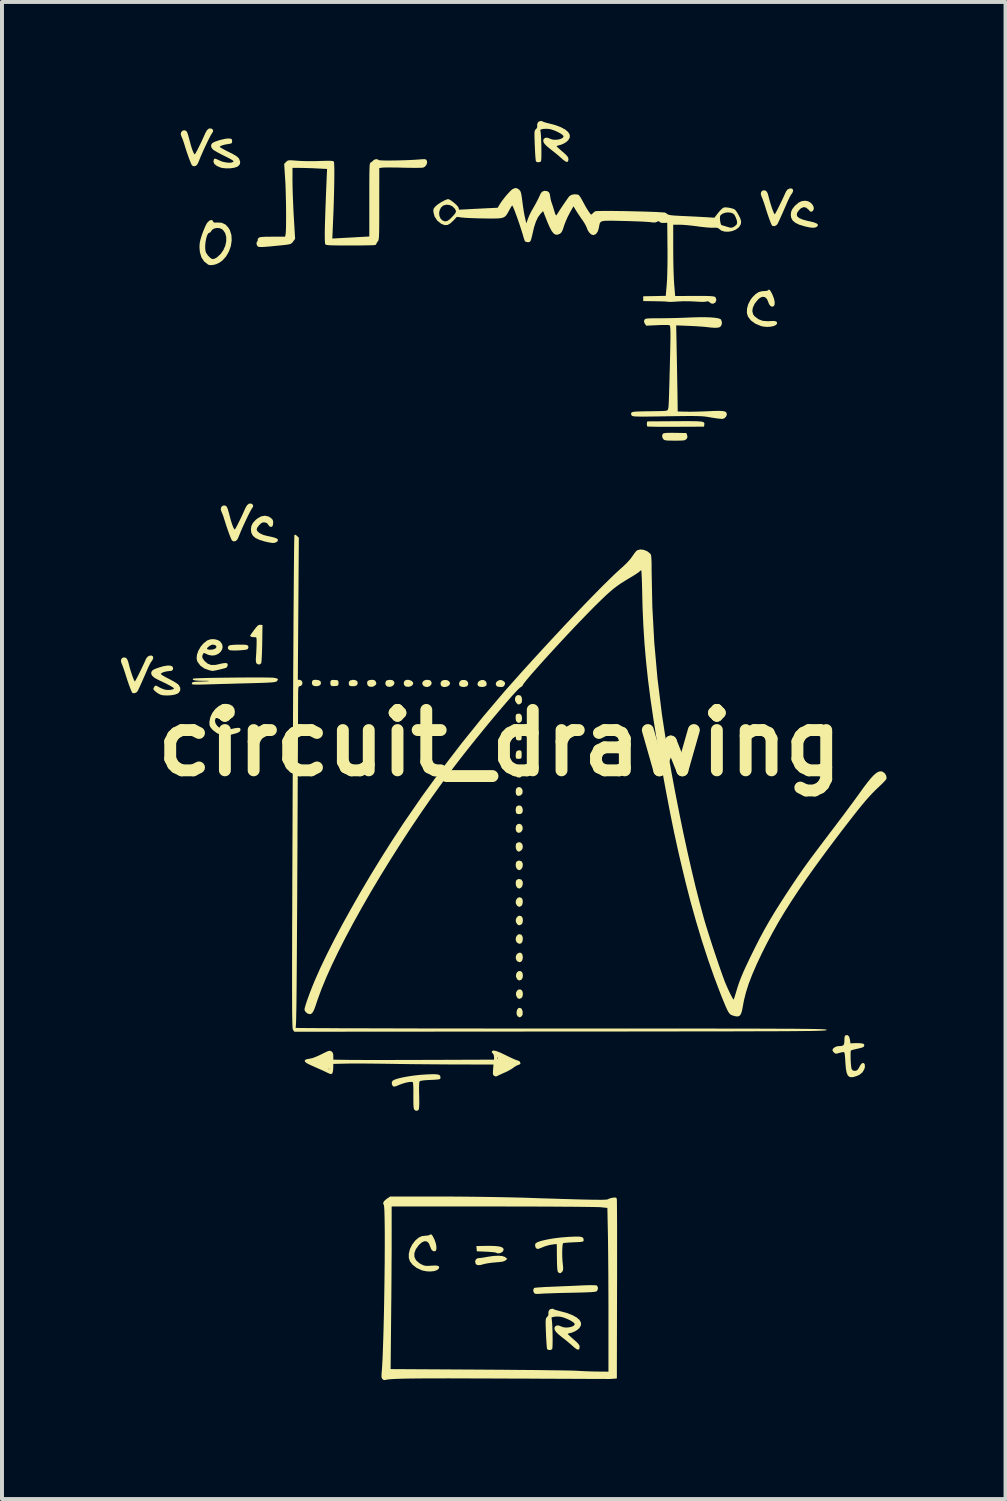
<source format=kicad_pcb>
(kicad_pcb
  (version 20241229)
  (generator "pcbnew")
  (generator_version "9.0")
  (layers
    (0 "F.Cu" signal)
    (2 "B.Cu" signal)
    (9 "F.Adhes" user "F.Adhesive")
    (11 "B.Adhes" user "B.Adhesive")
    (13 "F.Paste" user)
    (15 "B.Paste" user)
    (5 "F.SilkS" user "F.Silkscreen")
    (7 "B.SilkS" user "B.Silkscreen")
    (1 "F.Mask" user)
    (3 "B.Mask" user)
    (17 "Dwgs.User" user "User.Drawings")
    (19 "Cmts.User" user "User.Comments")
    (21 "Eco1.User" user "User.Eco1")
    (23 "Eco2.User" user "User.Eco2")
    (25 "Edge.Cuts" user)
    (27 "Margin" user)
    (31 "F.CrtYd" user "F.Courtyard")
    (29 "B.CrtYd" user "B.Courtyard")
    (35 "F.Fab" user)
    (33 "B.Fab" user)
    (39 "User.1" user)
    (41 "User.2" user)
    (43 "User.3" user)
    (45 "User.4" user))
  (footprint "circuit_drawing"
    (layer "F.Cu")
    (at 9.553 15.691)
    (property "Reference" "circuit_drawing" (at 0 0 0) (layer "F.SilkS") (effects (font (size 1.524 1.524) (thickness 0.3))))
    (attr board_only exclude_from_pos_files exclude_from_bom)
    (fp_poly (pts (xy 0.552 4.839) (xy 0.579 4.889) (xy 0.585 4.943) (xy 0.573 5.012) (xy 0.541 5.054) (xy 0.496 5.065) (xy 0.445 5.041) (xy 0.435 5.032) (xy 0.408 4.982) (xy 0.406 4.923) (xy 0.426 4.869) (xy 0.465 4.831) (xy 0.502 4.822)) (stroke (width 0) (type solid)) (fill yes) (layer "F.SilkS"))
    (fp_poly (pts (xy -2.237 -1.575) (xy -2.194 -1.543) (xy -2.179 -1.505) (xy -2.197 -1.461) (xy -2.241 -1.43) (xy -2.3 -1.416) (xy -2.362 -1.423) (xy -2.386 -1.434) (xy -2.414 -1.471) (xy -2.419 -1.522) (xy -2.399 -1.568) (xy -2.397 -1.57) (xy -2.351 -1.592) (xy -2.293 -1.593)) (stroke (width 0) (type solid)) (fill yes) (layer "F.SilkS"))
    (fp_poly (pts (xy -1.328 -1.586) (xy -1.278 -1.559) (xy -1.252 -1.517) (xy -1.251 -1.503) (xy -1.269 -1.461) (xy -1.313 -1.429) (xy -1.37 -1.412) (xy -1.428 -1.415) (xy -1.469 -1.436) (xy -1.491 -1.482) (xy -1.486 -1.533) (xy -1.457 -1.571) (xy -1.454 -1.573) (xy -1.391 -1.591)) (stroke (width 0) (type solid)) (fill yes) (layer "F.SilkS"))
    (fp_poly (pts (xy -0.397 -1.587) (xy -0.352 -1.558) (xy -0.328 -1.511) (xy -0.332 -1.46) (xy -0.343 -1.442) (xy -0.383 -1.421) (xy -0.441 -1.413) (xy -0.5 -1.419) (xy -0.542 -1.439) (xy -0.544 -1.442) (xy -0.561 -1.487) (xy -0.547 -1.532) (xy -0.508 -1.569) (xy -0.454 -1.589)) (stroke (width 0) (type solid)) (fill yes) (layer "F.SilkS"))
    (fp_poly (pts (xy 0.54 5.294) (xy 0.572 5.333) (xy 0.585 5.402) (xy 0.585 5.407) (xy 0.573 5.476) (xy 0.541 5.518) (xy 0.496 5.529) (xy 0.445 5.505) (xy 0.435 5.496) (xy 0.408 5.444) (xy 0.408 5.381) (xy 0.433 5.327) (xy 0.44 5.319) (xy 0.494 5.288)) (stroke (width 0) (type solid)) (fill yes) (layer "F.SilkS"))
    (fp_poly (pts (xy 0.544 2.519) (xy 0.574 2.561) (xy 0.585 2.616) (xy 0.574 2.671) (xy 0.54 2.712) (xy 0.497 2.738) (xy 0.467 2.738) (xy 0.435 2.712) (xy 0.412 2.667) (xy 0.404 2.607) (xy 0.413 2.55) (xy 0.428 2.526) (xy 0.466 2.506) (xy 0.498 2.502)) (stroke (width 0) (type solid)) (fill yes) (layer "F.SilkS"))
    (fp_poly (pts (xy 0.544 2.055) (xy 0.575 2.102) (xy 0.582 2.167) (xy 0.581 2.173) (xy 0.56 2.223) (xy 0.52 2.258) (xy 0.473 2.267) (xy 0.464 2.264) (xy 0.424 2.236) (xy 0.406 2.184) (xy 0.404 2.148) (xy 0.417 2.081) (xy 0.456 2.045) (xy 0.498 2.038)) (stroke (width 0) (type solid)) (fill yes) (layer "F.SilkS"))
    (fp_poly (pts (xy 0.544 3.904) (xy 0.561 3.918) (xy 0.581 3.961) (xy 0.583 4.021) (xy 0.57 4.078) (xy 0.553 4.104) (xy 0.507 4.133) (xy 0.463 4.122) (xy 0.437 4.099) (xy 0.408 4.047) (xy 0.406 3.992) (xy 0.424 3.942) (xy 0.456 3.906) (xy 0.498 3.89)) (stroke (width 0) (type solid)) (fill yes) (layer "F.SilkS"))
    (fp_poly (pts (xy 0.555 5.77) (xy 0.579 5.811) (xy 0.586 5.869) (xy 0.577 5.926) (xy 0.553 5.966) (xy 0.546 5.971) (xy 0.496 5.99) (xy 0.46 5.977) (xy 0.432 5.942) (xy 0.411 5.885) (xy 0.415 5.829) (xy 0.439 5.783) (xy 0.477 5.754) (xy 0.523 5.752)) (stroke (width 0) (type solid)) (fill yes) (layer "F.SilkS"))
    (fp_poly (pts (xy 0.555 6.234) (xy 0.579 6.275) (xy 0.586 6.333) (xy 0.577 6.39) (xy 0.553 6.43) (xy 0.546 6.435) (xy 0.496 6.454) (xy 0.46 6.441) (xy 0.432 6.406) (xy 0.411 6.349) (xy 0.415 6.293) (xy 0.439 6.247) (xy 0.477 6.218) (xy 0.523 6.216)) (stroke (width 0) (type solid)) (fill yes) (layer "F.SilkS"))
    (fp_poly (pts (xy -4.558 -1.583) (xy -4.515 -1.553) (xy -4.507 -1.506) (xy -4.519 -1.473) (xy -4.554 -1.445) (xy -4.61 -1.432) (xy -4.669 -1.436) (xy -4.715 -1.456) (xy -4.721 -1.462) (xy -4.736 -1.506) (xy -4.733 -1.543) (xy -4.72 -1.575) (xy -4.694 -1.59) (xy -4.642 -1.594) (xy -4.63 -1.594)) (stroke (width 0) (type solid)) (fill yes) (layer "F.SilkS"))
    (fp_poly (pts (xy -3.624 -1.581) (xy -3.586 -1.548) (xy -3.581 -1.5) (xy -3.591 -1.473) (xy -3.617 -1.446) (xy -3.662 -1.434) (xy -3.702 -1.432) (xy -3.759 -1.435) (xy -3.789 -1.448) (xy -3.803 -1.477) (xy -3.805 -1.483) (xy -3.804 -1.541) (xy -3.77 -1.578) (xy -3.703 -1.594) (xy -3.69 -1.594)) (stroke (width 0) (type solid)) (fill yes) (layer "F.SilkS"))
    (fp_poly (pts (xy -2.712 -1.587) (xy -2.692 -1.578) (xy -2.658 -1.539) (xy -2.656 -1.496) (xy -2.679 -1.457) (xy -2.721 -1.428) (xy -2.774 -1.415) (xy -2.832 -1.425) (xy -2.85 -1.434) (xy -2.878 -1.471) (xy -2.883 -1.522) (xy -2.863 -1.568) (xy -2.861 -1.57) (xy -2.822 -1.587) (xy -2.766 -1.593)) (stroke (width 0) (type solid)) (fill yes) (layer "F.SilkS"))
    (fp_poly (pts (xy -1.775 -1.587) (xy -1.739 -1.57) (xy -1.739 -1.57) (xy -1.715 -1.523) (xy -1.724 -1.476) (xy -1.76 -1.436) (xy -1.815 -1.414) (xy -1.836 -1.412) (xy -1.89 -1.423) (xy -1.925 -1.444) (xy -1.953 -1.492) (xy -1.945 -1.538) (xy -1.908 -1.575) (xy -1.847 -1.593) (xy -1.828 -1.594)) (stroke (width 0) (type solid)) (fill yes) (layer "F.SilkS"))
    (fp_poly (pts (xy -0.827 -1.569) (xy -0.796 -1.525) (xy -0.795 -1.523) (xy -0.796 -1.465) (xy -0.83 -1.427) (xy -0.897 -1.412) (xy -0.908 -1.412) (xy -0.965 -1.42) (xy -1.006 -1.439) (xy -1.009 -1.442) (xy -1.025 -1.49) (xy -1.013 -1.54) (xy -0.977 -1.578) (xy -0.958 -1.586) (xy -0.884 -1.591)) (stroke (width 0) (type solid)) (fill yes) (layer "F.SilkS"))
    (fp_poly (pts (xy 0.064 -1.581) (xy 0.103 -1.556) (xy 0.134 -1.524) (xy 0.136 -1.492) (xy 0.126 -1.465) (xy 0.102 -1.429) (xy 0.063 -1.414) (xy 0.025 -1.412) (xy -0.032 -1.418) (xy -0.072 -1.433) (xy -0.077 -1.436) (xy -0.1 -1.483) (xy -0.086 -1.532) (xy -0.056 -1.562) (xy 0.006 -1.591)) (stroke (width 0) (type solid)) (fill yes) (layer "F.SilkS"))
    (fp_poly (pts (xy 0.524 1.58) (xy 0.562 1.61) (xy 0.564 1.613) (xy 0.583 1.674) (xy 0.58 1.734) (xy 0.561 1.771) (xy 0.521 1.791) (xy 0.471 1.794) (xy 0.429 1.78) (xy 0.416 1.764) (xy 0.404 1.705) (xy 0.408 1.644) (xy 0.425 1.6) (xy 0.428 1.598) (xy 0.473 1.576)) (stroke (width 0) (type solid)) (fill yes) (layer "F.SilkS"))
    (fp_poly (pts (xy 0.526 -1.197) (xy 0.556 -1.153) (xy 0.565 -1.086) (xy 0.557 -1.025) (xy 0.529 -0.991) (xy 0.526 -0.989) (xy 0.487 -0.972) (xy 0.46 -0.976) (xy 0.426 -1.006) (xy 0.424 -1.009) (xy 0.392 -1.061) (xy 0.386 -1.119) (xy 0.403 -1.17) (xy 0.44 -1.204) (xy 0.471 -1.21)) (stroke (width 0) (type solid)) (fill yes) (layer "F.SilkS"))
    (fp_poly (pts (xy 0.527 1.121) (xy 0.563 1.156) (xy 0.581 1.208) (xy 0.574 1.268) (xy 0.569 1.28) (xy 0.536 1.316) (xy 0.49 1.333) (xy 0.445 1.328) (xy 0.416 1.3) (xy 0.416 1.3) (xy 0.404 1.239) (xy 0.409 1.178) (xy 0.429 1.134) (xy 0.433 1.131) (xy 0.482 1.11)) (stroke (width 0) (type solid)) (fill yes) (layer "F.SilkS"))
    (fp_poly (pts (xy 0.531 0.662) (xy 0.567 0.7) (xy 0.574 0.718) (xy 0.578 0.789) (xy 0.555 0.842) (xy 0.512 0.871) (xy 0.453 0.867) (xy 0.449 0.866) (xy 0.418 0.845) (xy 0.405 0.807) (xy 0.403 0.77) (xy 0.411 0.71) (xy 0.431 0.669) (xy 0.433 0.666) (xy 0.481 0.649)) (stroke (width 0) (type solid)) (fill yes) (layer "F.SilkS"))
    (fp_poly (pts (xy 0.546 4.369) (xy 0.561 4.382) (xy 0.582 4.425) (xy 0.586 4.483) (xy 0.575 4.539) (xy 0.55 4.577) (xy 0.546 4.579) (xy 0.498 4.598) (xy 0.463 4.588) (xy 0.437 4.563) (xy 0.409 4.512) (xy 0.407 4.457) (xy 0.425 4.408) (xy 0.458 4.371) (xy 0.5 4.355)) (stroke (width 0) (type solid)) (fill yes) (layer "F.SilkS"))
    (fp_poly (pts (xy 0.549 2.982) (xy 0.579 3.029) (xy 0.585 3.079) (xy 0.572 3.142) (xy 0.539 3.189) (xy 0.495 3.208) (xy 0.494 3.208) (xy 0.459 3.195) (xy 0.435 3.176) (xy 0.412 3.131) (xy 0.404 3.071) (xy 0.413 3.014) (xy 0.428 2.99) (xy 0.467 2.97) (xy 0.494 2.966)) (stroke (width 0) (type solid)) (fill yes) (layer "F.SilkS"))
    (fp_poly (pts (xy 0.549 3.446) (xy 0.579 3.493) (xy 0.585 3.543) (xy 0.572 3.606) (xy 0.539 3.653) (xy 0.495 3.672) (xy 0.494 3.672) (xy 0.459 3.659) (xy 0.435 3.64) (xy 0.412 3.595) (xy 0.404 3.535) (xy 0.413 3.478) (xy 0.428 3.454) (xy 0.467 3.434) (xy 0.494 3.43)) (stroke (width 0) (type solid)) (fill yes) (layer "F.SilkS"))
    (fp_poly (pts (xy 0.555 -0.171) (xy 0.553 -0.111) (xy 0.544 -0.08) (xy 0.523 -0.068) (xy 0.504 -0.065) (xy 0.455 -0.068) (xy 0.427 -0.077) (xy 0.41 -0.112) (xy 0.407 -0.179) (xy 0.407 -0.184) (xy 0.413 -0.239) (xy 0.426 -0.264) (xy 0.457 -0.272) (xy 0.484 -0.272) (xy 0.555 -0.272)) (stroke (width 0) (type solid)) (fill yes) (layer "F.SilkS"))
    (fp_poly (pts (xy -3.169 -1.589) (xy -3.138 -1.568) (xy -3.122 -1.541) (xy -3.109 -1.5) (xy -3.123 -1.47) (xy -3.145 -1.45) (xy -3.195 -1.421) (xy -3.251 -1.417) (xy -3.294 -1.426) (xy -3.327 -1.453) (xy -3.343 -1.499) (xy -3.338 -1.548) (xy -3.329 -1.564) (xy -3.292 -1.584) (xy -3.233 -1.594) (xy -3.225 -1.594)) (stroke (width 0) (type solid)) (fill yes) (layer "F.SilkS"))
    (fp_poly (pts (xy 0.553 6.703) (xy 0.577 6.758) (xy 0.581 6.79) (xy 0.579 6.853) (xy 0.557 6.89) (xy 0.552 6.894) (xy 0.519 6.915) (xy 0.504 6.92) (xy 0.48 6.909) (xy 0.456 6.894) (xy 0.432 6.855) (xy 0.426 6.797) (xy 0.436 6.738) (xy 0.463 6.695) (xy 0.469 6.69) (xy 0.515 6.679)) (stroke (width 0) (type solid)) (fill yes) (layer "F.SilkS"))
    (fp_poly (pts (xy 0.512 -0.738) (xy 0.549 -0.703) (xy 0.565 -0.637) (xy 0.565 -0.624) (xy 0.557 -0.562) (xy 0.531 -0.528) (xy 0.526 -0.525) (xy 0.492 -0.508) (xy 0.469 -0.51) (xy 0.439 -0.526) (xy 0.414 -0.557) (xy 0.404 -0.616) (xy 0.403 -0.636) (xy 0.406 -0.693) (xy 0.419 -0.722) (xy 0.448 -0.737) (xy 0.454 -0.738)) (stroke (width 0) (type solid)) (fill yes) (layer "F.SilkS"))
    (fp_poly (pts (xy 0.536 0.194) (xy 0.55 0.216) (xy 0.555 0.263) (xy 0.555 0.293) (xy 0.553 0.352) (xy 0.545 0.383) (xy 0.522 0.395) (xy 0.494 0.399) (xy 0.446 0.399) (xy 0.418 0.391) (xy 0.405 0.356) (xy 0.404 0.302) (xy 0.412 0.246) (xy 0.429 0.207) (xy 0.433 0.203) (xy 0.475 0.186) (xy 0.508 0.185)) (stroke (width 0) (type solid)) (fill yes) (layer "F.SilkS"))
    (fp_poly (pts (xy -4.167 -1.59) (xy -4.159 -1.59) (xy -4.102 -1.585) (xy -4.075 -1.573) (xy -4.066 -1.546) (xy -4.065 -1.513) (xy -4.067 -1.47) (xy -4.081 -1.449) (xy -4.116 -1.44) (xy -4.159 -1.436) (xy -4.219 -1.435) (xy -4.25 -1.445) (xy -4.265 -1.468) (xy -4.267 -1.472) (xy -4.272 -1.526) (xy -4.267 -1.554) (xy -4.252 -1.58) (xy -4.223 -1.59)) (stroke (width 0) (type solid)) (fill yes) (layer "F.SilkS"))
    (fp_poly (pts (xy -0.106 12.688) (xy -0.012 12.699) (xy 0.052 12.717) (xy 0.089 12.744) (xy 0.101 12.778) (xy 0.101 12.78) (xy 0.083 12.822) (xy 0.04 12.855) (xy -0.015 12.873) (xy -0.066 12.87) (xy -0.089 12.856) (xy -0.114 12.85) (xy -0.171 12.843) (xy -0.251 12.836) (xy -0.34 12.831) (xy -0.575 12.821) (xy -0.588 12.69) (xy -0.4 12.685) (xy -0.235 12.684)) (stroke (width 0) (type solid)) (fill yes) (layer "F.SilkS"))
    (fp_poly (pts (xy -6.466 -2.48) (xy -6.4 -2.476) (xy -6.367 -2.469) (xy -6.34 -2.441) (xy -6.338 -2.4) (xy -6.36 -2.365) (xy -6.392 -2.355) (xy -6.454 -2.346) (xy -6.534 -2.339) (xy -6.621 -2.334) (xy -6.704 -2.333) (xy -6.772 -2.336) (xy -6.814 -2.342) (xy -6.815 -2.343) (xy -6.851 -2.373) (xy -6.857 -2.415) (xy -6.832 -2.453) (xy -6.82 -2.461) (xy -6.784 -2.469) (xy -6.719 -2.476) (xy -6.636 -2.48) (xy -6.548 -2.481)) (stroke (width 0) (type solid)) (fill yes) (layer "F.SilkS"))
    (fp_poly (pts (xy 4.431 -7.823) (xy 4.71 -7.818) (xy 4.729 -7.763) (xy 4.737 -7.713) (xy 4.716 -7.672) (xy 4.711 -7.667) (xy 4.692 -7.65) (xy 4.667 -7.638) (xy 4.628 -7.631) (xy 4.567 -7.628) (xy 4.477 -7.626) (xy 4.418 -7.626) (xy 4.31 -7.627) (xy 4.234 -7.629) (xy 4.185 -7.635) (xy 4.153 -7.644) (xy 4.133 -7.659) (xy 4.129 -7.663) (xy 4.1 -7.716) (xy 4.101 -7.771) (xy 4.123 -7.806) (xy 4.157 -7.816) (xy 4.229 -7.823) (xy 4.338 -7.824)) (stroke (width 0) (type solid)) (fill yes) (layer "F.SilkS"))
    (fp_poly (pts (xy 0.065 12.94) (xy 0.133 12.964) (xy 0.144 12.972) (xy 0.192 13.013) (xy 0.148 13.05) (xy 0.114 13.07) (xy 0.061 13.084) (xy -0.019 13.094) (xy -0.096 13.1) (xy -0.195 13.109) (xy -0.291 13.122) (xy -0.37 13.137) (xy -0.395 13.143) (xy -0.485 13.167) (xy -0.546 13.171) (xy -0.586 13.157) (xy -0.607 13.131) (xy -0.619 13.074) (xy -0.6 13.025) (xy -0.556 12.996) (xy -0.53 12.993) (xy -0.483 12.989) (xy -0.412 12.979) (xy -0.329 12.965) (xy -0.316 12.962) (xy -0.164 12.939) (xy -0.035 12.932)) (stroke (width 0) (type solid)) (fill yes) (layer "F.SilkS"))
    (fp_poly (pts (xy 4.905 -8.117) (xy 4.999 -8.114) (xy 5.067 -8.109) (xy 5.114 -8.102) (xy 5.143 -8.091) (xy 5.159 -8.077) (xy 5.164 -8.059) (xy 5.163 -8.036) (xy 5.161 -8.026) (xy 5.155 -7.979) (xy 4.445 -7.976) (xy 4.28 -7.975) (xy 4.127 -7.976) (xy 3.993 -7.976) (xy 3.88 -7.978) (xy 3.795 -7.98) (xy 3.741 -7.982) (xy 3.724 -7.984) (xy 3.715 -8.011) (xy 3.712 -8.054) (xy 3.717 -8.093) (xy 3.727 -8.112) (xy 3.727 -8.112) (xy 3.75 -8.112) (xy 3.809 -8.113) (xy 3.899 -8.114) (xy 4.014 -8.114) (xy 4.151 -8.115) (xy 4.305 -8.116) (xy 4.435 -8.117) (xy 4.627 -8.118) (xy 4.783 -8.118)) (stroke (width 0) (type solid)) (fill yes) (layer "F.SilkS"))
    (fp_poly (pts (xy -6.036 -2.982) (xy -5.982 -2.976) (xy -5.989 -2.512) (xy -5.992 -2.377) (xy -5.996 -2.255) (xy -6.001 -2.151) (xy -6.006 -2.072) (xy -6.012 -2.023) (xy -6.015 -2.012) (xy -6.05 -1.982) (xy -6.096 -1.982) (xy -6.133 -2.008) (xy -6.147 -2.045) (xy -6.15 -2.112) (xy -6.146 -2.174) (xy -6.14 -2.261) (xy -6.135 -2.368) (xy -6.131 -2.474) (xy -6.131 -2.492) (xy -6.13 -2.578) (xy -6.132 -2.631) (xy -6.139 -2.659) (xy -6.152 -2.668) (xy -6.166 -2.668) (xy -6.217 -2.669) (xy -6.264 -2.679) (xy -6.292 -2.695) (xy -6.295 -2.701) (xy -6.283 -2.724) (xy -6.253 -2.77) (xy -6.209 -2.83) (xy -6.192 -2.853) (xy -6.139 -2.921) (xy -6.101 -2.961) (xy -6.07 -2.979) (xy -6.04 -2.982)) (stroke (width 0) (type solid)) (fill yes) (layer "F.SilkS"))
    (fp_poly (pts (xy 7.779 -13.665) (xy 7.841 -13.63) (xy 7.889 -13.581) (xy 7.919 -13.525) (xy 7.924 -13.47) (xy 7.901 -13.423) (xy 7.882 -13.408) (xy 7.854 -13.399) (xy 7.826 -13.414) (xy 7.791 -13.452) (xy 7.73 -13.504) (xy 7.667 -13.517) (xy 7.602 -13.489) (xy 7.565 -13.456) (xy 7.512 -13.388) (xy 7.493 -13.33) (xy 7.508 -13.281) (xy 7.559 -13.239) (xy 7.647 -13.202) (xy 7.773 -13.168) (xy 7.822 -13.158) (xy 7.931 -13.131) (xy 8 -13.102) (xy 8.029 -13.072) (xy 8.019 -13.039) (xy 8 -13.022) (xy 7.957 -13.001) (xy 7.896 -12.996) (xy 7.811 -13.006) (xy 7.697 -13.031) (xy 7.558 -13.073) (xy 7.456 -13.123) (xy 7.388 -13.182) (xy 7.352 -13.253) (xy 7.344 -13.319) (xy 7.351 -13.394) (xy 7.377 -13.46) (xy 7.429 -13.529) (xy 7.452 -13.554) (xy 7.536 -13.628) (xy 7.62 -13.668) (xy 7.708 -13.678)) (stroke (width 0) (type solid)) (fill yes) (layer "F.SilkS"))
    (fp_poly (pts (xy 2.376 13.676) (xy 2.43 13.679) (xy 2.446 13.682) (xy 2.474 13.716) (xy 2.479 13.767) (xy 2.458 13.819) (xy 2.456 13.821) (xy 2.444 13.831) (xy 2.422 13.838) (xy 2.385 13.844) (xy 2.33 13.85) (xy 2.252 13.854) (xy 2.146 13.858) (xy 2.01 13.862) (xy 1.838 13.866) (xy 1.796 13.867) (xy 1.632 13.87) (xy 1.476 13.874) (xy 1.333 13.879) (xy 1.209 13.883) (xy 1.111 13.887) (xy 1.044 13.891) (xy 1.029 13.892) (xy 0.946 13.897) (xy 0.895 13.891) (xy 0.873 13.878) (xy 0.852 13.837) (xy 0.847 13.807) (xy 0.858 13.764) (xy 0.873 13.746) (xy 0.9 13.74) (xy 0.961 13.734) (xy 1.049 13.728) (xy 1.158 13.721) (xy 1.282 13.716) (xy 1.311 13.715) (xy 1.467 13.708) (xy 1.639 13.701) (xy 1.811 13.694) (xy 1.968 13.687) (xy 2.068 13.682) (xy 2.188 13.677) (xy 2.293 13.675)) (stroke (width 0) (type solid)) (fill yes) (layer "F.SilkS"))
    (fp_poly (pts (xy -5.831 -5.714) (xy -5.77 -5.677) (xy -5.729 -5.635) (xy -5.713 -5.593) (xy -5.713 -5.54) (xy -5.722 -5.485) (xy -5.74 -5.459) (xy -5.763 -5.451) (xy -5.803 -5.46) (xy -5.834 -5.501) (xy -5.868 -5.546) (xy -5.923 -5.564) (xy -5.928 -5.565) (xy -5.975 -5.563) (xy -6.016 -5.542) (xy -6.065 -5.496) (xy -6.111 -5.437) (xy -6.129 -5.388) (xy -6.129 -5.38) (xy -6.104 -5.333) (xy -6.046 -5.288) (xy -5.965 -5.25) (xy -5.875 -5.225) (xy -5.761 -5.201) (xy -5.682 -5.181) (xy -5.631 -5.162) (xy -5.603 -5.144) (xy -5.594 -5.13) (xy -5.598 -5.094) (xy -5.633 -5.064) (xy -5.689 -5.047) (xy -5.718 -5.045) (xy -5.769 -5.051) (xy -5.843 -5.064) (xy -5.921 -5.082) (xy -6.058 -5.123) (xy -6.157 -5.17) (xy -6.224 -5.227) (xy -6.262 -5.296) (xy -6.274 -5.381) (xy -6.274 -5.384) (xy -6.263 -5.472) (xy -6.225 -5.55) (xy -6.155 -5.626) (xy -6.112 -5.662) (xy -6.018 -5.716) (xy -5.922 -5.733)) (stroke (width 0) (type solid)) (fill yes) (layer "F.SilkS"))
    (fp_poly (pts (xy 6.813 -11.426) (xy 6.843 -11.383) (xy 6.88 -11.311) (xy 6.92 -11.208) (xy 6.938 -11.12) (xy 6.933 -11.052) (xy 6.911 -11.016) (xy 6.87 -11.004) (xy 6.828 -11.025) (xy 6.793 -11.074) (xy 6.781 -11.109) (xy 6.744 -11.196) (xy 6.694 -11.245) (xy 6.634 -11.256) (xy 6.566 -11.228) (xy 6.513 -11.182) (xy 6.433 -11.082) (xy 6.387 -10.984) (xy 6.373 -10.892) (xy 6.394 -10.811) (xy 6.431 -10.762) (xy 6.528 -10.689) (xy 6.637 -10.648) (xy 6.764 -10.639) (xy 6.805 -10.641) (xy 6.902 -10.646) (xy 6.963 -10.638) (xy 6.994 -10.617) (xy 6.998 -10.582) (xy 6.998 -10.581) (xy 6.971 -10.545) (xy 6.915 -10.518) (xy 6.837 -10.501) (xy 6.747 -10.495) (xy 6.655 -10.503) (xy 6.587 -10.519) (xy 6.447 -10.578) (xy 6.339 -10.657) (xy 6.264 -10.754) (xy 6.262 -10.757) (xy 6.236 -10.848) (xy 6.239 -10.955) (xy 6.27 -11.068) (xy 6.327 -11.178) (xy 6.379 -11.247) (xy 6.459 -11.326) (xy 6.534 -11.374) (xy 6.615 -11.396) (xy 6.666 -11.399) (xy 6.723 -11.403) (xy 6.762 -11.413) (xy 6.769 -11.419) (xy 6.789 -11.437)) (stroke (width 0) (type solid)) (fill yes) (layer "F.SilkS"))
    (fp_poly (pts (xy -1.711 12.404) (xy -1.682 12.448) (xy -1.646 12.521) (xy -1.614 12.608) (xy -1.597 12.69) (xy -1.595 12.759) (xy -1.609 12.805) (xy -1.626 12.819) (xy -1.676 12.819) (xy -1.718 12.783) (xy -1.749 12.714) (xy -1.753 12.702) (xy -1.786 12.62) (xy -1.834 12.574) (xy -1.894 12.566) (xy -1.962 12.595) (xy -2.037 12.662) (xy -2.04 12.665) (xy -2.116 12.771) (xy -2.152 12.871) (xy -2.15 12.963) (xy -2.11 13.046) (xy -2.03 13.118) (xy -1.967 13.154) (xy -1.913 13.177) (xy -1.863 13.188) (xy -1.802 13.189) (xy -1.725 13.184) (xy -1.622 13.179) (xy -1.556 13.188) (xy -1.526 13.21) (xy -1.53 13.248) (xy -1.533 13.253) (xy -1.575 13.293) (xy -1.646 13.319) (xy -1.737 13.33) (xy -1.839 13.327) (xy -1.941 13.307) (xy -1.973 13.297) (xy -2.096 13.239) (xy -2.197 13.16) (xy -2.264 13.073) (xy -2.292 12.983) (xy -2.291 12.877) (xy -2.262 12.763) (xy -2.207 12.652) (xy -2.131 12.552) (xy -2.048 12.479) (xy -1.965 12.439) (xy -1.871 12.428) (xy -1.812 12.423) (xy -1.769 12.411) (xy -1.761 12.405) (xy -1.737 12.392)) (stroke (width 0) (type solid)) (fill yes) (layer "F.SilkS"))
    (fp_poly (pts (xy -8.772 -2.204) (xy -8.742 -2.179) (xy -8.739 -2.136) (xy -8.761 -2.086) (xy -8.774 -2.069) (xy -8.8 -2.032) (xy -8.834 -1.969) (xy -8.871 -1.891) (xy -8.886 -1.856) (xy -8.936 -1.741) (xy -8.987 -1.624) (xy -9.036 -1.513) (xy -9.08 -1.416) (xy -9.115 -1.343) (xy -9.13 -1.311) (xy -9.165 -1.273) (xy -9.212 -1.255) (xy -9.255 -1.259) (xy -9.273 -1.275) (xy -9.292 -1.315) (xy -9.32 -1.386) (xy -9.355 -1.48) (xy -9.392 -1.589) (xy -9.43 -1.706) (xy -9.443 -1.749) (xy -9.472 -1.838) (xy -9.501 -1.92) (xy -9.525 -1.981) (xy -9.533 -1.999) (xy -9.553 -2.064) (xy -9.544 -2.118) (xy -9.509 -2.152) (xy -9.475 -2.159) (xy -9.432 -2.151) (xy -9.401 -2.123) (xy -9.375 -2.068) (xy -9.351 -1.98) (xy -9.349 -1.973) (xy -9.329 -1.894) (xy -9.303 -1.807) (xy -9.275 -1.721) (xy -9.247 -1.645) (xy -9.223 -1.587) (xy -9.206 -1.556) (xy -9.201 -1.553) (xy -9.189 -1.571) (xy -9.163 -1.617) (xy -9.127 -1.685) (xy -9.086 -1.768) (xy -9.041 -1.859) (xy -8.998 -1.95) (xy -8.959 -2.033) (xy -8.929 -2.102) (xy -8.92 -2.124) (xy -8.88 -2.178) (xy -8.82 -2.206)) (stroke (width 0) (type solid)) (fill yes) (layer "F.SilkS"))
    (fp_poly (pts (xy 7.368 -13.986) (xy 7.398 -13.961) (xy 7.401 -13.918) (xy 7.379 -13.868) (xy 7.365 -13.851) (xy 7.34 -13.814) (xy 7.306 -13.751) (xy 7.269 -13.673) (xy 7.254 -13.638) (xy 7.204 -13.523) (xy 7.153 -13.406) (xy 7.103 -13.295) (xy 7.06 -13.198) (xy 7.025 -13.125) (xy 7.01 -13.093) (xy 6.975 -13.055) (xy 6.928 -13.037) (xy 6.885 -13.041) (xy 6.867 -13.057) (xy 6.847 -13.097) (xy 6.819 -13.168) (xy 6.785 -13.262) (xy 6.748 -13.371) (xy 6.71 -13.488) (xy 6.697 -13.531) (xy 6.668 -13.62) (xy 6.639 -13.702) (xy 6.615 -13.763) (xy 6.606 -13.781) (xy 6.587 -13.846) (xy 6.596 -13.9) (xy 6.631 -13.934) (xy 6.665 -13.941) (xy 6.707 -13.933) (xy 6.739 -13.905) (xy 6.765 -13.85) (xy 6.789 -13.762) (xy 6.79 -13.755) (xy 6.811 -13.676) (xy 6.837 -13.589) (xy 6.865 -13.503) (xy 6.892 -13.427) (xy 6.917 -13.369) (xy 6.934 -13.338) (xy 6.938 -13.336) (xy 6.951 -13.353) (xy 6.977 -13.399) (xy 7.012 -13.467) (xy 7.054 -13.551) (xy 7.098 -13.641) (xy 7.142 -13.732) (xy 7.18 -13.815) (xy 7.211 -13.884) (xy 7.22 -13.906) (xy 7.26 -13.96) (xy 7.319 -13.988)) (stroke (width 0) (type solid)) (fill yes) (layer "F.SilkS"))
    (fp_poly (pts (xy 1.995 12.45) (xy 2.056 12.457) (xy 2.093 12.472) (xy 2.112 12.496) (xy 2.118 12.53) (xy 2.118 12.538) (xy 2.117 12.557) (xy 2.107 12.57) (xy 2.083 12.579) (xy 2.038 12.585) (xy 1.965 12.59) (xy 1.865 12.594) (xy 1.768 12.599) (xy 1.686 12.605) (xy 1.627 12.611) (xy 1.6 12.617) (xy 1.599 12.617) (xy 1.59 12.647) (xy 1.583 12.707) (xy 1.579 12.789) (xy 1.578 12.883) (xy 1.58 12.98) (xy 1.585 13.071) (xy 1.591 13.124) (xy 1.6 13.21) (xy 1.602 13.267) (xy 1.595 13.305) (xy 1.582 13.33) (xy 1.542 13.37) (xy 1.501 13.369) (xy 1.472 13.345) (xy 1.461 13.317) (xy 1.453 13.26) (xy 1.448 13.171) (xy 1.445 13.046) (xy 1.444 12.977) (xy 1.441 12.639) (xy 1.371 12.644) (xy 1.257 12.662) (xy 1.136 12.697) (xy 1.047 12.734) (xy 0.993 12.755) (xy 0.948 12.761) (xy 0.941 12.759) (xy 0.908 12.728) (xy 0.893 12.679) (xy 0.9 12.631) (xy 0.906 12.622) (xy 0.947 12.594) (xy 1.023 12.566) (xy 1.127 12.539) (xy 1.254 12.513) (xy 1.397 12.49) (xy 1.55 12.472) (xy 1.708 12.459) (xy 1.78 12.455) (xy 1.905 12.45)) (stroke (width 0) (type solid)) (fill yes) (layer "F.SilkS"))
    (fp_poly (pts (xy -7.263 -15.494) (xy -7.229 -15.464) (xy -7.229 -15.423) (xy -7.264 -15.367) (xy -7.264 -15.366) (xy -7.286 -15.331) (xy -7.32 -15.266) (xy -7.363 -15.18) (xy -7.41 -15.081) (xy -7.459 -14.977) (xy -7.504 -14.875) (xy -7.544 -14.784) (xy -7.573 -14.712) (xy -7.575 -14.705) (xy -7.601 -14.644) (xy -7.627 -14.593) (xy -7.629 -14.589) (xy -7.668 -14.555) (xy -7.717 -14.547) (xy -7.758 -14.567) (xy -7.761 -14.571) (xy -7.779 -14.605) (xy -7.805 -14.668) (xy -7.838 -14.753) (xy -7.873 -14.852) (xy -7.908 -14.955) (xy -7.939 -15.054) (xy -7.95 -15.091) (xy -7.976 -15.172) (xy -8.002 -15.244) (xy -8.024 -15.293) (xy -8.026 -15.296) (xy -8.044 -15.356) (xy -8.033 -15.409) (xy -7.998 -15.445) (xy -7.962 -15.454) (xy -7.93 -15.45) (xy -7.904 -15.436) (xy -7.883 -15.404) (xy -7.862 -15.348) (xy -7.838 -15.263) (xy -7.822 -15.202) (xy -7.787 -15.071) (xy -7.754 -14.967) (xy -7.724 -14.894) (xy -7.7 -14.854) (xy -7.69 -14.849) (xy -7.676 -14.866) (xy -7.649 -14.913) (xy -7.612 -14.983) (xy -7.569 -15.07) (xy -7.522 -15.166) (xy -7.477 -15.265) (xy -7.435 -15.36) (xy -7.428 -15.376) (xy -7.383 -15.457) (xy -7.333 -15.499) (xy -7.28 -15.501)) (stroke (width 0) (type solid)) (fill yes) (layer "F.SilkS"))
    (fp_poly (pts (xy -6.254 -6.032) (xy -6.22 -6.002) (xy -6.22 -5.961) (xy -6.255 -5.905) (xy -6.255 -5.904) (xy -6.277 -5.869) (xy -6.311 -5.804) (xy -6.354 -5.718) (xy -6.401 -5.619) (xy -6.45 -5.515) (xy -6.496 -5.413) (xy -6.535 -5.322) (xy -6.564 -5.25) (xy -6.567 -5.243) (xy -6.592 -5.182) (xy -6.618 -5.131) (xy -6.62 -5.127) (xy -6.659 -5.093) (xy -6.708 -5.085) (xy -6.749 -5.105) (xy -6.753 -5.109) (xy -6.77 -5.143) (xy -6.797 -5.206) (xy -6.829 -5.291) (xy -6.864 -5.39) (xy -6.899 -5.493) (xy -6.93 -5.592) (xy -6.942 -5.629) (xy -6.967 -5.71) (xy -6.994 -5.782) (xy -7.015 -5.831) (xy -7.017 -5.834) (xy -7.035 -5.894) (xy -7.024 -5.947) (xy -6.99 -5.983) (xy -6.953 -5.992) (xy -6.921 -5.988) (xy -6.896 -5.974) (xy -6.874 -5.942) (xy -6.853 -5.886) (xy -6.829 -5.801) (xy -6.813 -5.74) (xy -6.778 -5.609) (xy -6.745 -5.505) (xy -6.716 -5.432) (xy -6.692 -5.392) (xy -6.681 -5.387) (xy -6.667 -5.404) (xy -6.64 -5.451) (xy -6.603 -5.522) (xy -6.56 -5.608) (xy -6.514 -5.704) (xy -6.468 -5.803) (xy -6.426 -5.898) (xy -6.419 -5.915) (xy -6.374 -5.995) (xy -6.324 -6.037) (xy -6.271 -6.04)) (stroke (width 0) (type solid)) (fill yes) (layer "F.SilkS"))
    (fp_poly (pts (xy -5.983 -1.653) (xy -5.866 -1.651) (xy -5.776 -1.65) (xy -5.717 -1.647) (xy -5.704 -1.646) (xy -5.631 -1.633) (xy -5.596 -1.616) (xy -5.595 -1.591) (xy -5.621 -1.558) (xy -5.636 -1.548) (xy -5.663 -1.54) (xy -5.705 -1.533) (xy -5.768 -1.527) (xy -5.856 -1.522) (xy -5.973 -1.517) (xy -6.124 -1.513) (xy -6.181 -1.511) (xy -6.364 -1.506) (xy -6.572 -1.501) (xy -6.789 -1.494) (xy -7.002 -1.489) (xy -7.194 -1.483) (xy -7.24 -1.482) (xy -7.4 -1.477) (xy -7.524 -1.474) (xy -7.617 -1.473) (xy -7.682 -1.473) (xy -7.726 -1.476) (xy -7.751 -1.481) (xy -7.762 -1.488) (xy -7.765 -1.498) (xy -7.764 -1.505) (xy -7.757 -1.523) (xy -7.737 -1.534) (xy -7.699 -1.542) (xy -7.634 -1.546) (xy -7.555 -1.549) (xy -7.447 -1.553) (xy -7.373 -1.557) (xy -7.334 -1.561) (xy -7.331 -1.565) (xy -7.366 -1.568) (xy -7.439 -1.569) (xy -7.501 -1.569) (xy -7.614 -1.572) (xy -7.692 -1.58) (xy -7.736 -1.593) (xy -7.741 -1.612) (xy -7.726 -1.625) (xy -7.701 -1.628) (xy -7.64 -1.632) (xy -7.548 -1.635) (xy -7.43 -1.639) (xy -7.291 -1.642) (xy -7.135 -1.645) (xy -6.968 -1.647) (xy -6.793 -1.649) (xy -6.617 -1.651) (xy -6.442 -1.652) (xy -6.276 -1.653) (xy -6.121 -1.653)) (stroke (width 0) (type solid)) (fill yes) (layer "F.SilkS"))
    (fp_poly (pts (xy -1.616 8.355) (xy -1.555 8.362) (xy -1.518 8.376) (xy -1.499 8.4) (xy -1.493 8.434) (xy -1.493 8.443) (xy -1.495 8.461) (xy -1.504 8.474) (xy -1.528 8.483) (xy -1.573 8.489) (xy -1.646 8.494) (xy -1.748 8.499) (xy -1.868 8.505) (xy -1.951 8.514) (xy -2.002 8.525) (xy -2.021 8.537) (xy -2.028 8.567) (xy -2.032 8.63) (xy -2.033 8.721) (xy -2.032 8.833) (xy -2.03 8.887) (xy -2.028 9.012) (xy -2.028 9.116) (xy -2.032 9.194) (xy -2.038 9.239) (xy -2.04 9.245) (xy -2.076 9.276) (xy -2.12 9.275) (xy -2.157 9.243) (xy -2.159 9.239) (xy -2.169 9.199) (xy -2.175 9.122) (xy -2.177 9.01) (xy -2.177 8.885) (xy -2.176 8.776) (xy -2.178 8.681) (xy -2.182 8.608) (xy -2.187 8.564) (xy -2.19 8.555) (xy -2.223 8.547) (xy -2.284 8.552) (xy -2.363 8.567) (xy -2.449 8.592) (xy -2.534 8.623) (xy -2.547 8.629) (xy -2.614 8.657) (xy -2.657 8.667) (xy -2.684 8.661) (xy -2.693 8.655) (xy -2.718 8.613) (xy -2.721 8.561) (xy -2.7 8.519) (xy -2.698 8.518) (xy -2.646 8.49) (xy -2.56 8.462) (xy -2.446 8.435) (xy -2.312 8.41) (xy -2.164 8.388) (xy -2.008 8.371) (xy -1.85 8.36) (xy -1.832 8.359) (xy -1.707 8.354)) (stroke (width 0) (type solid)) (fill yes) (layer "F.SilkS"))
    (fp_poly (pts (xy -8.301 -1.951) (xy -8.253 -1.928) (xy -8.236 -1.887) (xy -8.241 -1.857) (xy -8.262 -1.827) (xy -8.306 -1.816) (xy -8.328 -1.815) (xy -8.397 -1.807) (xy -8.465 -1.791) (xy -8.519 -1.769) (xy -8.547 -1.746) (xy -8.548 -1.744) (xy -8.534 -1.727) (xy -8.49 -1.697) (xy -8.423 -1.659) (xy -8.345 -1.619) (xy -8.254 -1.571) (xy -8.174 -1.524) (xy -8.116 -1.483) (xy -8.092 -1.46) (xy -8.056 -1.39) (xy -8.058 -1.323) (xy -8.096 -1.266) (xy -8.124 -1.246) (xy -8.19 -1.221) (xy -8.281 -1.205) (xy -8.381 -1.198) (xy -8.477 -1.202) (xy -8.539 -1.213) (xy -8.594 -1.237) (xy -8.651 -1.274) (xy -8.701 -1.315) (xy -8.731 -1.352) (xy -8.736 -1.366) (xy -8.725 -1.395) (xy -8.708 -1.422) (xy -8.69 -1.443) (xy -8.669 -1.447) (xy -8.635 -1.432) (xy -8.592 -1.408) (xy -8.522 -1.374) (xy -8.451 -1.349) (xy -8.428 -1.343) (xy -8.363 -1.338) (xy -8.299 -1.341) (xy -8.247 -1.352) (xy -8.218 -1.369) (xy -8.216 -1.379) (xy -8.238 -1.4) (xy -8.293 -1.434) (xy -8.377 -1.479) (xy -8.486 -1.533) (xy -8.609 -1.591) (xy -8.708 -1.645) (xy -8.768 -1.698) (xy -8.79 -1.752) (xy -8.785 -1.79) (xy -8.768 -1.82) (xy -8.738 -1.846) (xy -8.685 -1.871) (xy -8.604 -1.901) (xy -8.48 -1.937) (xy -8.378 -1.954)) (stroke (width 0) (type solid)) (fill yes) (layer "F.SilkS"))
    (fp_poly (pts (xy -6.826 -15.248) (xy -6.776 -15.241) (xy -6.754 -15.224) (xy -6.748 -15.187) (xy -6.748 -15.181) (xy -6.751 -15.145) (xy -6.767 -15.125) (xy -6.805 -15.114) (xy -6.849 -15.108) (xy -6.933 -15.093) (xy -7.001 -15.074) (xy -7.047 -15.053) (xy -7.061 -15.036) (xy -7.044 -15.021) (xy -6.997 -14.994) (xy -6.928 -14.956) (xy -6.843 -14.913) (xy -6.835 -14.909) (xy -6.73 -14.856) (xy -6.657 -14.814) (xy -6.609 -14.778) (xy -6.578 -14.744) (xy -6.57 -14.732) (xy -6.544 -14.657) (xy -6.555 -14.594) (xy -6.604 -14.543) (xy -6.619 -14.535) (xy -6.694 -14.51) (xy -6.792 -14.496) (xy -6.898 -14.494) (xy -6.996 -14.504) (xy -7.041 -14.515) (xy -7.134 -14.556) (xy -7.195 -14.605) (xy -7.22 -14.661) (xy -7.208 -14.718) (xy -7.204 -14.726) (xy -7.188 -14.739) (xy -7.159 -14.735) (xy -7.108 -14.713) (xy -7.078 -14.698) (xy -6.999 -14.665) (xy -6.912 -14.645) (xy -6.828 -14.636) (xy -6.759 -14.642) (xy -6.716 -14.661) (xy -6.714 -14.675) (xy -6.733 -14.695) (xy -6.777 -14.723) (xy -6.851 -14.762) (xy -6.94 -14.806) (xy -7.035 -14.855) (xy -7.122 -14.901) (xy -7.19 -14.941) (xy -7.231 -14.969) (xy -7.235 -14.972) (xy -7.274 -15.028) (xy -7.279 -15.084) (xy -7.248 -15.131) (xy -7.238 -15.139) (xy -7.177 -15.168) (xy -7.093 -15.198) (xy -6.999 -15.223) (xy -6.91 -15.242) (xy -6.839 -15.249)) (stroke (width 0) (type solid)) (fill yes) (layer "F.SilkS"))
    (fp_poly (pts (xy -7.244 -13.183) (xy -7.229 -13.157) (xy -7.217 -13.135) (xy -7.189 -13.126) (xy -7.134 -13.128) (xy -7.122 -13.129) (xy -7.011 -13.122) (xy -6.918 -13.079) (xy -6.842 -12.999) (xy -6.806 -12.938) (xy -6.766 -12.813) (xy -6.759 -12.676) (xy -6.78 -12.535) (xy -6.828 -12.399) (xy -6.899 -12.274) (xy -6.992 -12.171) (xy -7.068 -12.116) (xy -7.154 -12.076) (xy -7.241 -12.055) (xy -7.316 -12.054) (xy -7.354 -12.067) (xy -7.453 -12.145) (xy -7.522 -12.249) (xy -7.561 -12.379) (xy -7.569 -12.47) (xy -7.427 -12.47) (xy -7.417 -12.399) (xy -7.405 -12.366) (xy -7.361 -12.3) (xy -7.309 -12.246) (xy -7.259 -12.212) (xy -7.233 -12.206) (xy -7.189 -12.217) (xy -7.136 -12.246) (xy -7.126 -12.253) (xy -7.035 -12.338) (xy -6.966 -12.438) (xy -6.919 -12.548) (xy -6.896 -12.66) (xy -6.897 -12.767) (xy -6.924 -12.863) (xy -6.978 -12.939) (xy -7.005 -12.961) (xy -7.067 -12.987) (xy -7.138 -12.991) (xy -7.205 -12.975) (xy -7.255 -12.942) (xy -7.273 -12.913) (xy -7.298 -12.88) (xy -7.322 -12.871) (xy -7.352 -12.853) (xy -7.379 -12.803) (xy -7.401 -12.731) (xy -7.417 -12.645) (xy -7.427 -12.555) (xy -7.427 -12.47) (xy -7.569 -12.47) (xy -7.571 -12.498) (xy -7.569 -12.576) (xy -7.558 -12.651) (xy -7.536 -12.736) (xy -7.501 -12.844) (xy -7.499 -12.849) (xy -7.463 -12.943) (xy -7.426 -13.029) (xy -7.392 -13.097) (xy -7.373 -13.126) (xy -7.325 -13.173) (xy -7.28 -13.193)) (stroke (width 0) (type solid)) (fill yes) (layer "F.SilkS"))
    (fp_poly (pts (xy -7.109 -2.597) (xy -7.051 -2.563) (xy -7.002 -2.495) (xy -6.987 -2.425) (xy -7.001 -2.357) (xy -7.041 -2.296) (xy -7.099 -2.247) (xy -7.173 -2.215) (xy -7.257 -2.205) (xy -7.345 -2.222) (xy -7.38 -2.237) (xy -7.431 -2.262) (xy -7.458 -2.269) (xy -7.474 -2.258) (xy -7.484 -2.241) (xy -7.503 -2.19) (xy -7.495 -2.142) (xy -7.458 -2.087) (xy -7.443 -2.069) (xy -7.364 -2.001) (xy -7.276 -1.968) (xy -7.171 -1.969) (xy -7.102 -1.984) (xy -7.026 -2.002) (xy -6.957 -2.014) (xy -6.92 -2.017) (xy -6.877 -2.012) (xy -6.861 -1.989) (xy -6.859 -1.968) (xy -6.873 -1.922) (xy -6.895 -1.899) (xy -6.926 -1.888) (xy -6.982 -1.873) (xy -7.052 -1.856) (xy -7.125 -1.839) (xy -7.19 -1.826) (xy -7.234 -1.818) (xy -7.247 -1.818) (xy -7.269 -1.823) (xy -7.314 -1.833) (xy -7.323 -1.835) (xy -7.446 -1.878) (xy -7.548 -1.95) (xy -7.621 -2.048) (xy -7.624 -2.051) (xy -7.644 -2.132) (xy -7.635 -2.227) (xy -7.6 -2.327) (xy -7.569 -2.38) (xy -7.384 -2.38) (xy -7.367 -2.362) (xy -7.323 -2.353) (xy -7.267 -2.354) (xy -7.211 -2.365) (xy -7.168 -2.385) (xy -7.167 -2.386) (xy -7.143 -2.421) (xy -7.153 -2.453) (xy -7.193 -2.475) (xy -7.242 -2.481) (xy -7.279 -2.47) (xy -7.326 -2.443) (xy -7.365 -2.41) (xy -7.384 -2.382) (xy -7.384 -2.38) (xy -7.569 -2.38) (xy -7.544 -2.426) (xy -7.47 -2.513) (xy -7.382 -2.582) (xy -7.358 -2.595) (xy -7.281 -2.618) (xy -7.192 -2.618)) (stroke (width 0) (type solid)) (fill yes) (layer "F.SilkS"))
    (fp_poly (pts (xy -6.814 -0.974) (xy -6.738 -0.932) (xy -6.692 -0.865) (xy -6.678 -0.787) (xy -6.69 -0.708) (xy -6.729 -0.651) (xy -6.803 -0.605) (xy -6.806 -0.604) (xy -6.895 -0.572) (xy -6.973 -0.57) (xy -7.053 -0.596) (xy -7.071 -0.605) (xy -7.125 -0.629) (xy -7.154 -0.63) (xy -7.166 -0.62) (xy -7.182 -0.56) (xy -7.166 -0.494) (xy -7.123 -0.43) (xy -7.058 -0.376) (xy -6.983 -0.341) (xy -6.927 -0.329) (xy -6.874 -0.329) (xy -6.806 -0.342) (xy -6.779 -0.35) (xy -6.703 -0.368) (xy -6.634 -0.38) (xy -6.597 -0.383) (xy -6.554 -0.378) (xy -6.538 -0.355) (xy -6.537 -0.335) (xy -6.547 -0.298) (xy -6.584 -0.269) (xy -6.613 -0.256) (xy -6.657 -0.242) (xy -6.719 -0.225) (xy -6.788 -0.208) (xy -6.853 -0.194) (xy -6.904 -0.185) (xy -6.928 -0.183) (xy -6.929 -0.184) (xy -6.947 -0.189) (xy -6.991 -0.198) (xy -7.001 -0.2) (xy -7.126 -0.245) (xy -7.231 -0.324) (xy -7.263 -0.358) (xy -7.3 -0.406) (xy -7.317 -0.449) (xy -7.321 -0.503) (xy -7.319 -0.547) (xy -7.295 -0.658) (xy -7.252 -0.748) (xy -7.064 -0.748) (xy -7.036 -0.73) (xy -7.011 -0.724) (xy -6.92 -0.72) (xy -6.85 -0.751) (xy -6.839 -0.76) (xy -6.821 -0.785) (xy -6.834 -0.807) (xy -6.848 -0.818) (xy -6.901 -0.844) (xy -6.955 -0.838) (xy -7.007 -0.809) (xy -7.054 -0.773) (xy -7.064 -0.748) (xy -7.252 -0.748) (xy -7.244 -0.764) (xy -7.172 -0.857) (xy -7.086 -0.93) (xy -6.992 -0.976) (xy -6.915 -0.989)) (stroke (width 0) (type solid)) (fill yes) (layer "F.SilkS"))
    (fp_poly (pts (xy 8.813 7.404) (xy 8.834 7.472) (xy 8.837 7.487) (xy 8.847 7.576) (xy 8.958 7.571) (xy 9.035 7.57) (xy 9.107 7.574) (xy 9.135 7.577) (xy 9.181 7.59) (xy 9.197 7.612) (xy 9.196 7.632) (xy 9.187 7.656) (xy 9.164 7.674) (xy 9.117 7.69) (xy 9.04 7.708) (xy 9.032 7.71) (xy 8.956 7.727) (xy 8.897 7.743) (xy 8.863 7.755) (xy 8.861 7.757) (xy 8.854 7.783) (xy 8.852 7.839) (xy 8.852 7.915) (xy 8.854 8) (xy 8.859 8.085) (xy 8.866 8.158) (xy 8.874 8.21) (xy 8.878 8.223) (xy 8.911 8.263) (xy 8.966 8.27) (xy 9.008 8.259) (xy 9.036 8.233) (xy 9.067 8.184) (xy 9.08 8.158) (xy 9.118 8.096) (xy 9.157 8.071) (xy 9.19 8.077) (xy 9.211 8.113) (xy 9.212 8.174) (xy 9.201 8.219) (xy 9.154 8.304) (xy 9.077 8.368) (xy 9 8.402) (xy 8.92 8.426) (xy 8.861 8.43) (xy 8.821 8.42) (xy 8.782 8.386) (xy 8.753 8.318) (xy 8.733 8.214) (xy 8.721 8.072) (xy 8.72 8.057) (xy 8.715 7.964) (xy 8.708 7.885) (xy 8.701 7.83) (xy 8.695 7.808) (xy 8.675 7.796) (xy 8.633 7.8) (xy 8.576 7.815) (xy 8.515 7.832) (xy 8.478 7.836) (xy 8.453 7.826) (xy 8.432 7.807) (xy 8.403 7.771) (xy 8.393 7.747) (xy 8.41 7.708) (xy 8.454 7.673) (xy 8.509 7.65) (xy 8.539 7.646) (xy 8.618 7.643) (xy 8.665 7.628) (xy 8.687 7.595) (xy 8.695 7.535) (xy 8.695 7.502) (xy 8.698 7.43) (xy 8.708 7.389) (xy 8.727 7.37) (xy 8.728 7.37) (xy 8.776 7.369)) (stroke (width 0) (type solid)) (fill yes) (layer "F.SilkS"))
    (fp_poly (pts (xy 1.074 -15.681) (xy 1.105 -15.667) (xy 1.164 -15.648) (xy 1.238 -15.629) (xy 1.247 -15.627) (xy 1.415 -15.582) (xy 1.553 -15.529) (xy 1.659 -15.47) (xy 1.731 -15.407) (xy 1.768 -15.341) (xy 1.769 -15.274) (xy 1.732 -15.207) (xy 1.681 -15.159) (xy 1.613 -15.118) (xy 1.541 -15.088) (xy 1.513 -15.081) (xy 1.464 -15.069) (xy 1.438 -15.056) (xy 1.436 -15.052) (xy 1.453 -15.033) (xy 1.494 -14.995) (xy 1.552 -14.943) (xy 1.589 -14.912) (xy 1.66 -14.849) (xy 1.704 -14.803) (xy 1.727 -14.767) (xy 1.735 -14.733) (xy 1.735 -14.726) (xy 1.727 -14.674) (xy 1.701 -14.655) (xy 1.656 -14.671) (xy 1.591 -14.72) (xy 1.568 -14.741) (xy 1.504 -14.798) (xy 1.421 -14.868) (xy 1.333 -14.938) (xy 1.295 -14.967) (xy 1.2 -15.044) (xy 1.137 -15.107) (xy 1.105 -15.159) (xy 1.1 -15.205) (xy 1.11 -15.233) (xy 1.148 -15.265) (xy 1.205 -15.268) (xy 1.271 -15.242) (xy 1.331 -15.221) (xy 1.402 -15.215) (xy 1.476 -15.221) (xy 1.542 -15.238) (xy 1.59 -15.264) (xy 1.611 -15.297) (xy 1.61 -15.307) (xy 1.588 -15.336) (xy 1.538 -15.372) (xy 1.468 -15.41) (xy 1.39 -15.446) (xy 1.313 -15.473) (xy 1.246 -15.489) (xy 1.243 -15.489) (xy 1.166 -15.493) (xy 1.099 -15.489) (xy 1.048 -15.477) (xy 1.023 -15.461) (xy 1.026 -15.448) (xy 1.033 -15.42) (xy 1.039 -15.36) (xy 1.044 -15.276) (xy 1.048 -15.175) (xy 1.052 -15.066) (xy 1.053 -14.956) (xy 1.053 -14.854) (xy 1.052 -14.768) (xy 1.048 -14.705) (xy 1.043 -14.673) (xy 1.043 -14.672) (xy 1.01 -14.652) (xy 0.963 -14.648) (xy 0.923 -14.663) (xy 0.915 -14.671) (xy 0.91 -14.698) (xy 0.904 -14.759) (xy 0.897 -14.846) (xy 0.891 -14.953) (xy 0.886 -15.07) (xy 0.881 -15.201) (xy 0.878 -15.299) (xy 0.878 -15.368) (xy 0.88 -15.414) (xy 0.886 -15.444) (xy 0.896 -15.463) (xy 0.909 -15.477) (xy 0.911 -15.478) (xy 0.94 -15.513) (xy 0.947 -15.539) (xy 0.947 -15.615) (xy 0.973 -15.663) (xy 0.998 -15.679) (xy 1.049 -15.691)) (stroke (width 0) (type solid)) (fill yes) (layer "F.SilkS"))
    (fp_poly (pts (xy 1.356 14.278) (xy 1.388 14.293) (xy 1.447 14.311) (xy 1.521 14.33) (xy 1.529 14.332) (xy 1.698 14.378) (xy 1.836 14.431) (xy 1.941 14.489) (xy 2.013 14.552) (xy 2.05 14.618) (xy 2.051 14.686) (xy 2.014 14.753) (xy 1.963 14.8) (xy 1.896 14.842) (xy 1.824 14.872) (xy 1.795 14.879) (xy 1.746 14.891) (xy 1.72 14.903) (xy 1.719 14.908) (xy 1.736 14.927) (xy 1.777 14.965) (xy 1.834 15.016) (xy 1.871 15.048) (xy 1.942 15.111) (xy 1.986 15.157) (xy 2.01 15.193) (xy 2.017 15.226) (xy 2.017 15.234) (xy 2.009 15.286) (xy 1.983 15.304) (xy 1.938 15.289) (xy 1.873 15.239) (xy 1.85 15.218) (xy 1.786 15.161) (xy 1.703 15.092) (xy 1.615 15.021) (xy 1.577 14.992) (xy 1.482 14.915) (xy 1.42 14.853) (xy 1.387 14.801) (xy 1.382 14.755) (xy 1.393 14.726) (xy 1.43 14.694) (xy 1.488 14.692) (xy 1.553 14.717) (xy 1.613 14.738) (xy 1.685 14.745) (xy 1.758 14.738) (xy 1.824 14.721) (xy 1.873 14.695) (xy 1.893 14.662) (xy 1.893 14.652) (xy 1.871 14.623) (xy 1.82 14.587) (xy 1.751 14.549) (xy 1.672 14.514) (xy 1.595 14.486) (xy 1.529 14.471) (xy 1.525 14.471) (xy 1.449 14.466) (xy 1.381 14.471) (xy 1.33 14.482) (xy 1.306 14.498) (xy 1.308 14.512) (xy 1.315 14.539) (xy 1.321 14.599) (xy 1.327 14.684) (xy 1.331 14.784) (xy 1.334 14.893) (xy 1.336 15.003) (xy 1.336 15.105) (xy 1.334 15.192) (xy 1.331 15.255) (xy 1.325 15.287) (xy 1.325 15.287) (xy 1.292 15.308) (xy 1.245 15.311) (xy 1.206 15.297) (xy 1.198 15.288) (xy 1.192 15.261) (xy 1.186 15.201) (xy 1.18 15.113) (xy 1.173 15.006) (xy 1.168 14.89) (xy 1.163 14.758) (xy 1.16 14.661) (xy 1.16 14.592) (xy 1.163 14.545) (xy 1.169 14.516) (xy 1.178 14.497) (xy 1.192 14.483) (xy 1.193 14.481) (xy 1.222 14.446) (xy 1.229 14.421) (xy 1.23 14.345) (xy 1.256 14.296) (xy 1.28 14.28) (xy 1.332 14.268)) (stroke (width 0) (type solid)) (fill yes) (layer "F.SilkS"))
    (fp_poly (pts (xy -0.077 7.773) (xy 0.01 7.807) (xy 0.127 7.862) (xy 0.185 7.891) (xy 0.277 7.935) (xy 0.358 7.972) (xy 0.421 7.998) (xy 0.458 8.009) (xy 0.46 8.009) (xy 0.501 8.027) (xy 0.523 8.071) (xy 0.525 8.09) (xy 0.507 8.106) (xy 0.472 8.119) (xy 0.423 8.14) (xy 0.365 8.176) (xy 0.346 8.191) (xy 0.286 8.231) (xy 0.208 8.275) (xy 0.151 8.302) (xy 0.078 8.334) (xy 0.011 8.365) (xy -0.027 8.383) (xy -0.075 8.406) (xy -0.105 8.41) (xy -0.136 8.397) (xy -0.144 8.392) (xy -0.162 8.374) (xy -0.17 8.341) (xy -0.169 8.282) (xy -0.166 8.242) (xy -0.156 8.11) (xy -1.041 8.109) (xy -1.269 8.108) (xy -1.522 8.106) (xy -1.787 8.104) (xy -2.054 8.102) (xy -2.312 8.099) (xy -2.55 8.096) (xy -2.734 8.093) (xy -2.927 8.09) (xy -3.121 8.088) (xy -3.309 8.086) (xy -3.485 8.085) (xy -3.641 8.085) (xy -3.771 8.085) (xy -3.868 8.087) (xy -3.869 8.087) (xy -4.196 8.094) (xy -4.197 8.178) (xy -4.203 8.272) (xy -4.22 8.331) (xy -4.248 8.352) (xy -4.25 8.352) (xy -4.284 8.344) (xy -4.337 8.321) (xy -4.364 8.308) (xy -4.42 8.281) (xy -4.5 8.244) (xy -4.552 8.221) (xy -4.317 8.221) (xy -4.307 8.231) (xy -4.297 8.221) (xy -4.307 8.211) (xy -4.317 8.221) (xy -4.552 8.221) (xy -4.591 8.204) (xy -4.64 8.182) (xy -4.727 8.144) (xy -4.803 8.108) (xy -4.86 8.079) (xy -4.88 8.066) (xy -4.916 8.029) (xy -4.912 7.999) (xy -4.871 7.977) (xy -4.803 7.965) (xy -4.716 7.946) (xy -4.603 7.902) (xy -4.495 7.851) (xy -4.406 7.806) (xy -4.345 7.778) (xy -4.304 7.765) (xy -4.276 7.763) (xy -4.254 7.771) (xy -4.243 7.778) (xy -4.212 7.808) (xy -4.198 7.852) (xy -4.196 7.898) (xy -4.196 7.987) (xy -3.818 7.993) (xy -3.738 7.994) (xy -3.621 7.995) (xy -3.471 7.995) (xy -3.294 7.996) (xy -3.092 7.996) (xy -2.869 7.996) (xy -2.63 7.995) (xy -2.378 7.995) (xy -2.118 7.994) (xy -1.853 7.993) (xy -1.791 7.993) (xy -0.141 7.987) (xy -0.141 7.949) (xy -0.061 7.949) (xy -0.053 7.965) (xy -0.047 7.962) (xy -0.045 7.938) (xy -0.047 7.935) (xy -0.059 7.938) (xy -0.061 7.949) (xy -0.141 7.949) (xy -0.141 7.919) (xy -0.152 7.859) (xy -0.175 7.831) (xy -0.198 7.801) (xy -0.196 7.78) (xy -0.176 7.76) (xy -0.138 7.758)) (stroke (width 0) (type solid)) (fill yes) (layer "F.SilkS"))
    (fp_poly (pts (xy 5.311 -10.736) (xy 5.432 -10.726) (xy 5.52 -10.711) (xy 5.572 -10.691) (xy 5.581 -10.682) (xy 5.606 -10.621) (xy 5.602 -10.556) (xy 5.572 -10.504) (xy 5.572 -10.504) (xy 5.538 -10.484) (xy 5.487 -10.474) (xy 5.413 -10.473) (xy 5.31 -10.481) (xy 5.242 -10.489) (xy 5.168 -10.497) (xy 5.066 -10.505) (xy 4.946 -10.513) (xy 4.821 -10.519) (xy 4.774 -10.521) (xy 4.453 -10.534) (xy 4.469 -9.711) (xy 4.473 -9.52) (xy 4.476 -9.331) (xy 4.479 -9.15) (xy 4.482 -8.984) (xy 4.485 -8.839) (xy 4.486 -8.72) (xy 4.488 -8.635) (xy 4.488 -8.625) (xy 4.491 -8.362) (xy 4.702 -8.357) (xy 4.795 -8.356) (xy 4.917 -8.357) (xy 5.054 -8.361) (xy 5.194 -8.366) (xy 5.276 -8.369) (xy 5.423 -8.376) (xy 5.536 -8.377) (xy 5.617 -8.374) (xy 5.672 -8.364) (xy 5.707 -8.348) (xy 5.724 -8.323) (xy 5.73 -8.289) (xy 5.73 -8.282) (xy 5.712 -8.233) (xy 5.67 -8.192) (xy 5.62 -8.174) (xy 5.609 -8.174) (xy 5.569 -8.178) (xy 5.512 -8.184) (xy 5.508 -8.184) (xy 5.455 -8.191) (xy 5.377 -8.203) (xy 5.288 -8.218) (xy 5.257 -8.223) (xy 5.207 -8.231) (xy 5.153 -8.237) (xy 5.09 -8.242) (xy 5.014 -8.245) (xy 4.922 -8.247) (xy 4.807 -8.248) (xy 4.667 -8.247) (xy 4.497 -8.245) (xy 4.292 -8.242) (xy 4.217 -8.241) (xy 4.008 -8.237) (xy 3.835 -8.235) (xy 3.695 -8.233) (xy 3.584 -8.233) (xy 3.5 -8.234) (xy 3.437 -8.236) (xy 3.392 -8.239) (xy 3.363 -8.244) (xy 3.344 -8.25) (xy 3.333 -8.257) (xy 3.329 -8.261) (xy 3.312 -8.3) (xy 3.322 -8.329) (xy 3.333 -8.34) (xy 3.354 -8.349) (xy 3.39 -8.355) (xy 3.446 -8.36) (xy 3.527 -8.363) (xy 3.639 -8.366) (xy 3.785 -8.368) (xy 3.788 -8.368) (xy 3.932 -8.37) (xy 4.042 -8.372) (xy 4.121 -8.374) (xy 4.176 -8.378) (xy 4.21 -8.384) (xy 4.23 -8.392) (xy 4.24 -8.403) (xy 4.246 -8.418) (xy 4.246 -8.418) (xy 4.25 -8.434) (xy 4.254 -8.452) (xy 4.258 -8.477) (xy 4.261 -8.513) (xy 4.264 -8.563) (xy 4.267 -8.63) (xy 4.27 -8.718) (xy 4.274 -8.83) (xy 4.278 -8.971) (xy 4.283 -9.144) (xy 4.288 -9.352) (xy 4.291 -9.442) (xy 4.297 -9.682) (xy 4.302 -9.886) (xy 4.305 -10.055) (xy 4.308 -10.193) (xy 4.308 -10.303) (xy 4.307 -10.387) (xy 4.305 -10.45) (xy 4.301 -10.493) (xy 4.296 -10.52) (xy 4.289 -10.535) (xy 4.287 -10.537) (xy 4.261 -10.542) (xy 4.202 -10.544) (xy 4.118 -10.544) (xy 4.018 -10.541) (xy 3.982 -10.539) (xy 3.696 -10.526) (xy 3.662 -10.578) (xy 3.641 -10.624) (xy 3.647 -10.664) (xy 3.651 -10.671) (xy 3.661 -10.686) (xy 3.676 -10.697) (xy 3.702 -10.704) (xy 3.746 -10.709) (xy 3.812 -10.712) (xy 3.907 -10.713) (xy 4.036 -10.713) (xy 4.041 -10.713) (xy 4.196 -10.715) (xy 4.372 -10.718) (xy 4.552 -10.723) (xy 4.716 -10.729) (xy 4.771 -10.732) (xy 4.977 -10.739) (xy 5.158 -10.741)) (stroke (width 0) (type solid)) (fill yes) (layer "F.SilkS"))
    (fp_poly (pts (xy -1.518 11.44) (xy -1.245 11.44) (xy -0.955 11.442) (xy -0.657 11.445) (xy -0.358 11.449) (xy -0.067 11.454) (xy 0.207 11.459) (xy 0.458 11.465) (xy 0.676 11.471) (xy 1.017 11.483) (xy 1.32 11.492) (xy 1.586 11.501) (xy 1.819 11.507) (xy 2.02 11.513) (xy 2.191 11.517) (xy 2.334 11.52) (xy 2.451 11.521) (xy 2.545 11.522) (xy 2.617 11.521) (xy 2.671 11.518) (xy 2.706 11.515) (xy 2.727 11.511) (xy 2.734 11.507) (xy 2.765 11.491) (xy 2.82 11.475) (xy 2.849 11.47) (xy 2.907 11.464) (xy 2.937 11.469) (xy 2.951 11.488) (xy 2.955 11.504) (xy 2.957 11.53) (xy 2.958 11.593) (xy 2.959 11.692) (xy 2.96 11.823) (xy 2.961 11.984) (xy 2.962 12.173) (xy 2.962 12.385) (xy 2.962 12.62) (xy 2.962 12.874) (xy 2.962 13.145) (xy 2.962 13.429) (xy 2.961 13.725) (xy 2.961 13.789) (xy 2.956 16.029) (xy 2.885 16.035) (xy 2.816 16.04) (xy 2.754 16.042) (xy 2.726 16.042) (xy 2.661 16.041) (xy 2.56 16.041) (xy 2.427 16.04) (xy 2.263 16.04) (xy 2.071 16.039) (xy 1.853 16.038) (xy 1.612 16.037) (xy 1.351 16.036) (xy 1.071 16.035) (xy 0.776 16.033) (xy 0.468 16.032) (xy 0.149 16.031) (xy 0.121 16.031) (xy -0.29 16.029) (xy -0.662 16.028) (xy -0.998 16.027) (xy -1.299 16.026) (xy -1.567 16.027) (xy -1.804 16.027) (xy -2.012 16.028) (xy -2.193 16.03) (xy -2.348 16.032) (xy -2.48 16.035) (xy -2.59 16.039) (xy -2.68 16.043) (xy -2.752 16.048) (xy -2.808 16.053) (xy -2.85 16.059) (xy -2.88 16.066) (xy -2.889 16.069) (xy -2.926 16.066) (xy -2.954 16.047) (xy -2.973 16.019) (xy -2.981 15.978) (xy -2.979 15.912) (xy -2.977 15.89) (xy -2.969 15.792) (xy -2.75 15.792) (xy -0.513 15.805) (xy -0.211 15.807) (xy 0.083 15.809) (xy 0.365 15.812) (xy 0.634 15.814) (xy 0.886 15.816) (xy 1.118 15.819) (xy 1.327 15.822) (xy 1.511 15.824) (xy 1.667 15.827) (xy 1.791 15.829) (xy 1.881 15.832) (xy 1.933 15.834) (xy 1.937 15.834) (xy 2.04 15.84) (xy 2.167 15.846) (xy 2.304 15.851) (xy 2.435 15.854) (xy 2.446 15.854) (xy 2.744 15.857) (xy 2.744 14.44) (xy 2.744 14.182) (xy 2.743 13.92) (xy 2.742 13.657) (xy 2.741 13.401) (xy 2.739 13.156) (xy 2.737 12.929) (xy 2.735 12.723) (xy 2.733 12.546) (xy 2.731 12.403) (xy 2.73 12.375) (xy 2.717 11.727) (xy 2.544 11.709) (xy 2.502 11.707) (xy 2.423 11.705) (xy 2.308 11.703) (xy 2.161 11.701) (xy 1.984 11.699) (xy 1.78 11.697) (xy 1.551 11.696) (xy 1.3 11.694) (xy 1.03 11.693) (xy 0.743 11.692) (xy 0.443 11.692) (xy 0.13 11.691) (xy -0.177 11.691) (xy -2.724 11.691) (xy -2.724 12.397) (xy -2.724 12.547) (xy -2.724 12.731) (xy -2.725 12.944) (xy -2.727 13.178) (xy -2.728 13.429) (xy -2.73 13.689) (xy -2.732 13.953) (xy -2.735 14.215) (xy -2.737 14.448) (xy -2.75 15.792) (xy -2.969 15.792) (xy -2.968 15.785) (xy -2.96 15.649) (xy -2.952 15.487) (xy -2.945 15.302) (xy -2.938 15.096) (xy -2.931 14.873) (xy -2.925 14.637) (xy -2.919 14.391) (xy -2.914 14.137) (xy -2.91 13.879) (xy -2.906 13.621) (xy -2.903 13.365) (xy -2.9 13.115) (xy -2.899 12.874) (xy -2.898 12.646) (xy -2.898 12.433) (xy -2.899 12.239) (xy -2.901 12.067) (xy -2.904 11.921) (xy -2.907 11.803) (xy -2.912 11.717) (xy -2.918 11.667) (xy -2.922 11.654) (xy -2.94 11.61) (xy -2.919 11.56) (xy -2.859 11.505) (xy -2.844 11.495) (xy -2.763 11.439)) (stroke (width 0) (type solid)) (fill yes) (layer "F.SilkS"))
    (fp_poly (pts (xy -3.065 -14.715) (xy -3.055 -14.704) (xy -3.031 -14.699) (xy -2.974 -14.695) (xy -2.888 -14.692) (xy -2.78 -14.692) (xy -2.657 -14.693) (xy -2.523 -14.696) (xy -2.386 -14.7) (xy -2.251 -14.705) (xy -2.125 -14.712) (xy -2.013 -14.72) (xy -2.004 -14.721) (xy -1.929 -14.726) (xy -1.883 -14.725) (xy -1.857 -14.716) (xy -1.841 -14.696) (xy -1.837 -14.69) (xy -1.829 -14.636) (xy -1.849 -14.579) (xy -1.891 -14.532) (xy -1.931 -14.513) (xy -1.966 -14.51) (xy -2.035 -14.508) (xy -2.131 -14.507) (xy -2.247 -14.508) (xy -2.377 -14.51) (xy -2.43 -14.511) (xy -2.565 -14.515) (xy -2.691 -14.516) (xy -2.801 -14.517) (xy -2.888 -14.516) (xy -2.944 -14.514) (xy -2.956 -14.513) (xy -3.036 -14.502) (xy -3.037 -13.598) (xy -3.037 -13.382) (xy -3.037 -13.203) (xy -3.038 -13.057) (xy -3.039 -12.941) (xy -3.041 -12.85) (xy -3.044 -12.782) (xy -3.048 -12.733) (xy -3.053 -12.699) (xy -3.059 -12.676) (xy -3.067 -12.661) (xy -3.072 -12.655) (xy -3.099 -12.618) (xy -3.107 -12.595) (xy -3.123 -12.57) (xy -3.139 -12.561) (xy -3.166 -12.558) (xy -3.229 -12.555) (xy -3.322 -12.553) (xy -3.438 -12.551) (xy -3.574 -12.549) (xy -3.724 -12.549) (xy -3.772 -12.549) (xy -3.947 -12.549) (xy -4.086 -12.55) (xy -4.193 -12.552) (xy -4.273 -12.554) (xy -4.329 -12.558) (xy -4.366 -12.564) (xy -4.388 -12.571) (xy -4.398 -12.579) (xy -4.405 -12.605) (xy -4.409 -12.663) (xy -4.411 -12.755) (xy -4.411 -12.881) (xy -4.408 -13.043) (xy -4.402 -13.242) (xy -4.394 -13.477) (xy -4.384 -13.751) (xy -4.371 -14.063) (xy -4.366 -14.195) (xy -4.353 -14.479) (xy -4.601 -14.492) (xy -4.721 -14.498) (xy -4.849 -14.502) (xy -4.968 -14.505) (xy -5.037 -14.506) (xy -5.225 -14.506) (xy -5.226 -14.178) (xy -5.224 -14.065) (xy -5.221 -13.922) (xy -5.215 -13.759) (xy -5.208 -13.585) (xy -5.2 -13.41) (xy -5.193 -13.283) (xy -5.159 -12.716) (xy -5.207 -12.652) (xy -5.226 -12.626) (xy -5.246 -12.606) (xy -5.271 -12.591) (xy -5.307 -12.579) (xy -5.361 -12.57) (xy -5.439 -12.56) (xy -5.547 -12.549) (xy -5.649 -12.539) (xy -5.792 -12.525) (xy -5.9 -12.516) (xy -5.979 -12.511) (xy -6.034 -12.51) (xy -6.07 -12.514) (xy -6.093 -12.521) (xy -6.109 -12.533) (xy -6.109 -12.533) (xy -6.127 -12.566) (xy -6.133 -12.607) (xy -6.126 -12.641) (xy -6.114 -12.65) (xy -6.102 -12.664) (xy -6.105 -12.677) (xy -6.1 -12.712) (xy -6.082 -12.738) (xy -6.064 -12.75) (xy -6.034 -12.76) (xy -5.985 -12.765) (xy -5.913 -12.769) (xy -5.81 -12.77) (xy -5.731 -12.771) (xy -5.412 -12.771) (xy -5.399 -12.834) (xy -5.394 -12.883) (xy -5.39 -12.966) (xy -5.388 -13.078) (xy -5.387 -13.211) (xy -5.387 -13.361) (xy -5.388 -13.52) (xy -5.391 -13.683) (xy -5.395 -13.844) (xy -5.399 -13.997) (xy -5.405 -14.135) (xy -5.411 -14.229) (xy -5.435 -14.608) (xy -5.386 -14.657) (xy -5.363 -14.679) (xy -5.34 -14.692) (xy -5.309 -14.698) (xy -5.261 -14.698) (xy -5.188 -14.693) (xy -5.114 -14.687) (xy -5.014 -14.681) (xy -4.887 -14.677) (xy -4.747 -14.676) (xy -4.607 -14.678) (xy -4.549 -14.68) (xy -4.42 -14.684) (xy -4.326 -14.686) (xy -4.26 -14.685) (xy -4.218 -14.68) (xy -4.193 -14.673) (xy -4.182 -14.664) (xy -4.176 -14.637) (xy -4.173 -14.573) (xy -4.17 -14.476) (xy -4.17 -14.351) (xy -4.171 -14.2) (xy -4.174 -14.028) (xy -4.178 -13.839) (xy -4.184 -13.636) (xy -4.191 -13.423) (xy -4.2 -13.204) (xy -4.208 -13.015) (xy -4.221 -12.724) (xy -3.972 -12.738) (xy -3.847 -12.745) (xy -3.709 -12.752) (xy -3.579 -12.76) (xy -3.505 -12.764) (xy -3.288 -12.776) (xy -3.288 -13.702) (xy -3.288 -13.92) (xy -3.288 -14.101) (xy -3.287 -14.249) (xy -3.286 -14.366) (xy -3.284 -14.457) (xy -3.282 -14.525) (xy -3.278 -14.574) (xy -3.274 -14.606) (xy -3.268 -14.626) (xy -3.261 -14.637) (xy -3.253 -14.641) (xy -3.212 -14.668) (xy -3.192 -14.691) (xy -3.154 -14.718) (xy -3.105 -14.727)) (stroke (width 0) (type solid)) (fill yes) (layer "F.SilkS"))
    (fp_poly (pts (xy -5.13 -5.239) (xy -5.113 -5.224) (xy -5.065 -5.179) (xy -5.078 -3.387) (xy -5.091 -1.594) (xy -5.048 -1.594) (xy -5.002 -1.577) (xy -4.976 -1.536) (xy -4.978 -1.485) (xy -4.983 -1.473) (xy -5.016 -1.44) (xy -5.044 -1.432) (xy -5.057 -1.431) (xy -5.067 -1.423) (xy -5.074 -1.403) (xy -5.079 -1.367) (xy -5.082 -1.31) (xy -5.084 -1.226) (xy -5.084 -1.112) (xy -5.085 -0.984) (xy -5.085 -0.917) (xy -5.085 -0.812) (xy -5.086 -0.672) (xy -5.086 -0.498) (xy -5.087 -0.293) (xy -5.088 -0.058) (xy -5.089 0.202) (xy -5.091 0.488) (xy -5.092 0.795) (xy -5.094 1.123) (xy -5.095 1.468) (xy -5.097 1.829) (xy -5.099 2.202) (xy -5.1 2.587) (xy -5.102 2.98) (xy -5.104 3.317) (xy -5.106 3.794) (xy -5.108 4.232) (xy -5.111 4.633) (xy -5.113 4.997) (xy -5.115 5.328) (xy -5.117 5.626) (xy -5.119 5.892) (xy -5.121 6.128) (xy -5.123 6.336) (xy -5.125 6.517) (xy -5.127 6.673) (xy -5.13 6.805) (xy -5.132 6.915) (xy -5.134 7.003) (xy -5.137 7.072) (xy -5.14 7.124) (xy -5.143 7.159) (xy -5.146 7.179) (xy -5.149 7.185) (xy -5.131 7.186) (xy -5.074 7.188) (xy -4.98 7.189) (xy -4.85 7.19) (xy -4.685 7.191) (xy -4.488 7.192) (xy -4.259 7.193) (xy -3.999 7.195) (xy -3.712 7.196) (xy -3.397 7.196) (xy -3.057 7.197) (xy -2.692 7.198) (xy -2.305 7.199) (xy -1.896 7.2) (xy -1.468 7.2) (xy -1.022 7.201) (xy -0.559 7.201) (xy -0.08 7.202) (xy 0.412 7.202) (xy 0.917 7.202) (xy 1.432 7.202) (xy 1.54 7.202) (xy 2.158 7.202) (xy 2.737 7.202) (xy 3.279 7.202) (xy 3.784 7.202) (xy 4.254 7.202) (xy 4.689 7.203) (xy 5.092 7.203) (xy 5.464 7.203) (xy 5.805 7.204) (xy 6.117 7.204) (xy 6.402 7.204) (xy 6.66 7.205) (xy 6.894 7.206) (xy 7.103 7.207) (xy 7.29 7.207) (xy 7.455 7.208) (xy 7.601 7.21) (xy 7.728 7.211) (xy 7.837 7.212) (xy 7.93 7.214) (xy 8.008 7.215) (xy 8.072 7.217) (xy 8.124 7.219) (xy 8.165 7.221) (xy 8.196 7.223) (xy 8.219 7.226) (xy 8.234 7.229) (xy 8.243 7.231) (xy 8.247 7.234) (xy 8.248 7.238) (xy 8.248 7.238) (xy 8.246 7.241) (xy 8.24 7.244) (xy 8.23 7.247) (xy 8.214 7.25) (xy 8.19 7.252) (xy 8.158 7.254) (xy 8.116 7.256) (xy 8.063 7.258) (xy 7.997 7.26) (xy 7.918 7.262) (xy 7.824 7.264) (xy 7.714 7.265) (xy 7.586 7.266) (xy 7.439 7.268) (xy 7.272 7.269) (xy 7.084 7.27) (xy 6.874 7.271) (xy 6.639 7.271) (xy 6.38 7.272) (xy 6.094 7.273) (xy 5.78 7.274) (xy 5.438 7.274) (xy 5.065 7.275) (xy 4.66 7.275) (xy 4.223 7.276) (xy 3.752 7.276) (xy 3.246 7.277) (xy 2.703 7.277) (xy 2.122 7.278) (xy 1.53 7.278) (xy -5.18 7.283) (xy -5.213 7.234) (xy -5.216 7.227) (xy -5.219 7.215) (xy -5.221 7.196) (xy -5.224 7.17) (xy -5.226 7.136) (xy -5.228 7.09) (xy -5.23 7.033) (xy -5.231 6.964) (xy -5.233 6.88) (xy -5.234 6.78) (xy -5.235 6.663) (xy -5.235 6.529) (xy -5.236 6.374) (xy -5.236 6.199) (xy -5.236 6.002) (xy -5.236 5.781) (xy -5.236 5.535) (xy -5.235 5.263) (xy -5.234 4.964) (xy -5.234 4.636) (xy -5.232 4.277) (xy -5.231 3.887) (xy -5.23 3.465) (xy -5.228 3.008) (xy -5.226 2.516) (xy -5.224 1.987) (xy -5.222 1.42) (xy -5.22 0.985) (xy -5.218 0.487) (xy -5.216 -0.001) (xy -5.213 -0.476) (xy -5.211 -0.938) (xy -5.209 -1.386) (xy -5.207 -1.816) (xy -5.204 -2.229) (xy -5.202 -2.621) (xy -5.2 -2.993) (xy -5.198 -3.342) (xy -5.195 -3.666) (xy -5.193 -3.965) (xy -5.191 -4.237) (xy -5.189 -4.479) (xy -5.187 -4.691) (xy -5.185 -4.871) (xy -5.183 -5.017) (xy -5.181 -5.128) (xy -5.18 -5.202) (xy -5.178 -5.239) (xy -5.178 -5.242) (xy -5.159 -5.255)) (stroke (width 0) (type solid)) (fill yes) (layer "F.SilkS"))
    (fp_poly (pts (xy 3.635 -4.872) (xy 3.723 -4.836) (xy 3.797 -4.777) (xy 3.808 -4.764) (xy 3.818 -4.739) (xy 3.825 -4.687) (xy 3.83 -4.605) (xy 3.833 -4.49) (xy 3.833 -4.339) (xy 3.851 -3.444) (xy 3.9 -2.537) (xy 3.981 -1.626) (xy 4.093 -0.723) (xy 4.166 -0.242) (xy 4.25 0.261) (xy 4.339 0.768) (xy 4.434 1.274) (xy 4.532 1.774) (xy 4.632 2.263) (xy 4.735 2.737) (xy 4.838 3.191) (xy 4.94 3.62) (xy 5.042 4.02) (xy 5.141 4.386) (xy 5.173 4.499) (xy 5.208 4.615) (xy 5.252 4.756) (xy 5.303 4.917) (xy 5.358 5.089) (xy 5.417 5.266) (xy 5.476 5.442) (xy 5.533 5.61) (xy 5.586 5.762) (xy 5.633 5.894) (xy 5.671 5.997) (xy 5.687 6.038) (xy 5.724 6.126) (xy 5.765 6.217) (xy 5.806 6.304) (xy 5.844 6.38) (xy 5.875 6.437) (xy 5.896 6.468) (xy 5.902 6.472) (xy 5.911 6.45) (xy 5.928 6.399) (xy 5.95 6.327) (xy 5.962 6.287) (xy 6.002 6.156) (xy 6.045 6.029) (xy 6.095 5.899) (xy 6.155 5.757) (xy 6.229 5.597) (xy 6.318 5.409) (xy 6.324 5.397) (xy 6.445 5.152) (xy 6.56 4.926) (xy 6.675 4.713) (xy 6.793 4.505) (xy 6.919 4.293) (xy 7.058 4.071) (xy 7.213 3.83) (xy 7.351 3.621) (xy 7.436 3.494) (xy 7.515 3.377) (xy 7.592 3.266) (xy 7.669 3.155) (xy 7.751 3.041) (xy 7.84 2.919) (xy 7.94 2.785) (xy 8.054 2.633) (xy 8.185 2.46) (xy 8.336 2.26) (xy 8.383 2.199) (xy 8.498 2.047) (xy 8.616 1.891) (xy 8.73 1.739) (xy 8.836 1.595) (xy 8.931 1.467) (xy 9.01 1.359) (xy 9.058 1.292) (xy 9.178 1.125) (xy 9.28 0.991) (xy 9.366 0.886) (xy 9.439 0.808) (xy 9.502 0.755) (xy 9.556 0.725) (xy 9.605 0.714) (xy 9.651 0.721) (xy 9.662 0.726) (xy 9.715 0.765) (xy 9.75 0.824) (xy 9.759 0.886) (xy 9.756 0.904) (xy 9.737 0.932) (xy 9.694 0.98) (xy 9.633 1.042) (xy 9.56 1.111) (xy 9.552 1.118) (xy 9.477 1.19) (xy 9.401 1.267) (xy 9.321 1.353) (xy 9.233 1.452) (xy 9.137 1.567) (xy 9.029 1.7) (xy 8.907 1.855) (xy 8.768 2.034) (xy 8.609 2.241) (xy 8.502 2.382) (xy 8.228 2.747) (xy 7.979 3.087) (xy 7.753 3.404) (xy 7.547 3.704) (xy 7.359 3.989) (xy 7.186 4.263) (xy 7.026 4.53) (xy 6.878 4.795) (xy 6.737 5.06) (xy 6.617 5.298) (xy 6.483 5.582) (xy 6.372 5.838) (xy 6.282 6.072) (xy 6.213 6.289) (xy 6.162 6.492) (xy 6.133 6.649) (xy 6.111 6.762) (xy 6.084 6.84) (xy 6.047 6.884) (xy 5.997 6.899) (xy 5.928 6.889) (xy 5.871 6.871) (xy 5.841 6.859) (xy 5.815 6.842) (xy 5.79 6.815) (xy 5.764 6.776) (xy 5.734 6.718) (xy 5.698 6.638) (xy 5.654 6.532) (xy 5.598 6.395) (xy 5.565 6.311) (xy 5.408 5.897) (xy 5.252 5.451) (xy 5.099 4.981) (xy 4.953 4.495) (xy 4.815 4.002) (xy 4.688 3.509) (xy 4.684 3.49) (xy 4.621 3.229) (xy 4.562 2.982) (xy 4.507 2.743) (xy 4.455 2.508) (xy 4.403 2.271) (xy 4.353 2.026) (xy 4.301 1.769) (xy 4.248 1.493) (xy 4.191 1.195) (xy 4.131 0.867) (xy 4.065 0.506) (xy 4.057 0.464) (xy 3.959 -0.097) (xy 3.875 -0.625) (xy 3.802 -1.125) (xy 3.741 -1.603) (xy 3.692 -2.064) (xy 3.653 -2.513) (xy 3.625 -2.955) (xy 3.605 -3.396) (xy 3.597 -3.707) (xy 3.594 -3.865) (xy 3.59 -4.008) (xy 3.586 -4.133) (xy 3.581 -4.235) (xy 3.577 -4.309) (xy 3.573 -4.351) (xy 3.57 -4.358) (xy 3.547 -4.344) (xy 3.529 -4.326) (xy 3.503 -4.304) (xy 3.449 -4.268) (xy 3.374 -4.22) (xy 3.287 -4.167) (xy 3.269 -4.157) (xy 3.154 -4.087) (xy 3.053 -4.023) (xy 2.961 -3.959) (xy 2.872 -3.891) (xy 2.78 -3.813) (xy 2.679 -3.722) (xy 2.564 -3.612) (xy 2.428 -3.479) (xy 2.389 -3.44) (xy 2.269 -3.319) (xy 2.137 -3.183) (xy 1.996 -3.037) (xy 1.849 -2.882) (xy 1.698 -2.722) (xy 1.547 -2.559) (xy 1.398 -2.398) (xy 1.253 -2.24) (xy 1.115 -2.088) (xy 0.988 -1.946) (xy 0.874 -1.817) (xy 0.775 -1.704) (xy 0.695 -1.609) (xy 0.636 -1.536) (xy 0.6 -1.488) (xy 0.593 -1.473) (xy 0.567 -1.431) (xy 0.539 -1.412) (xy 0.538 -1.412) (xy 0.513 -1.397) (xy 0.466 -1.353) (xy 0.399 -1.282) (xy 0.314 -1.189) (xy 0.214 -1.075) (xy 0.1 -0.943) (xy -0.024 -0.797) (xy -0.157 -0.639) (xy -0.296 -0.472) (xy -0.438 -0.298) (xy -0.582 -0.121) (xy -0.725 0.057) (xy -0.864 0.232) (xy -0.997 0.402) (xy -1.122 0.565) (xy -1.153 0.605) (xy -1.427 0.973) (xy -1.701 1.354) (xy -1.973 1.745) (xy -2.242 2.144) (xy -2.505 2.548) (xy -2.762 2.954) (xy -3.011 3.358) (xy -3.25 3.758) (xy -3.476 4.151) (xy -3.689 4.535) (xy -3.887 4.905) (xy -4.068 5.26) (xy -4.23 5.596) (xy -4.372 5.911) (xy -4.492 6.201) (xy -4.588 6.463) (xy -4.606 6.516) (xy -4.646 6.637) (xy -4.679 6.725) (xy -4.708 6.783) (xy -4.735 6.818) (xy -4.765 6.835) (xy -4.795 6.839) (xy -4.848 6.823) (xy -4.894 6.785) (xy -4.921 6.737) (xy -4.923 6.722) (xy -4.915 6.679) (xy -4.894 6.605) (xy -4.862 6.506) (xy -4.82 6.389) (xy -4.772 6.261) (xy -4.719 6.126) (xy -4.664 5.993) (xy -4.662 5.987) (xy -4.522 5.672) (xy -4.358 5.329) (xy -4.173 4.963) (xy -3.969 4.578) (xy -3.747 4.178) (xy -3.512 3.766) (xy -3.264 3.347) (xy -3.006 2.925) (xy -2.74 2.504) (xy -2.468 2.087) (xy -2.415 2.007) (xy -1.958 1.344) (xy -1.471 0.674) (xy -0.958 0.005) (xy -0.426 -0.655) (xy 0.119 -1.298) (xy 0.543 -1.775) (xy 0.841 -2.104) (xy 1.13 -2.419) (xy 1.408 -2.719) (xy 1.673 -3.003) (xy 1.924 -3.269) (xy 2.159 -3.514) (xy 2.377 -3.738) (xy 2.575 -3.939) (xy 2.753 -4.115) (xy 2.908 -4.265) (xy 3.04 -4.386) (xy 3.082 -4.423) (xy 3.198 -4.532) (xy 3.293 -4.636) (xy 3.349 -4.713) (xy 3.394 -4.778) (xy 3.436 -4.831) (xy 3.467 -4.86) (xy 3.469 -4.861) (xy 3.547 -4.882)) (stroke (width 0) (type solid)) (fill yes) (layer "F.SilkS"))
    (fp_poly (pts (xy 0.438 -13.993) (xy 0.492 -13.956) (xy 0.513 -13.932) (xy 0.53 -13.902) (xy 0.543 -13.856) (xy 0.555 -13.789) (xy 0.569 -13.69) (xy 0.573 -13.658) (xy 0.588 -13.544) (xy 0.606 -13.427) (xy 0.624 -13.323) (xy 0.638 -13.257) (xy 0.672 -13.107) (xy 0.717 -13.233) (xy 0.754 -13.321) (xy 0.799 -13.412) (xy 0.829 -13.463) (xy 0.877 -13.546) (xy 0.93 -13.643) (xy 0.98 -13.741) (xy 1.019 -13.826) (xy 1.031 -13.855) (xy 1.069 -13.904) (xy 1.128 -13.928) (xy 1.194 -13.921) (xy 1.207 -13.915) (xy 1.242 -13.892) (xy 1.262 -13.854) (xy 1.274 -13.789) (xy 1.286 -13.719) (xy 1.301 -13.657) (xy 1.308 -13.638) (xy 1.323 -13.594) (xy 1.346 -13.526) (xy 1.37 -13.446) (xy 1.373 -13.436) (xy 1.396 -13.362) (xy 1.412 -13.321) (xy 1.425 -13.308) (xy 1.437 -13.319) (xy 1.44 -13.323) (xy 1.479 -13.385) (xy 1.529 -13.463) (xy 1.586 -13.548) (xy 1.643 -13.632) (xy 1.695 -13.707) (xy 1.736 -13.764) (xy 1.76 -13.794) (xy 1.814 -13.827) (xy 1.888 -13.841) (xy 1.965 -13.834) (xy 1.987 -13.827) (xy 2.011 -13.804) (xy 2.045 -13.754) (xy 2.083 -13.687) (xy 2.091 -13.673) (xy 2.138 -13.585) (xy 2.19 -13.493) (xy 2.235 -13.422) (xy 2.274 -13.364) (xy 2.299 -13.335) (xy 2.317 -13.33) (xy 2.334 -13.345) (xy 2.339 -13.352) (xy 2.381 -13.392) (xy 2.411 -13.412) (xy 2.44 -13.416) (xy 2.504 -13.419) (xy 2.598 -13.42) (xy 2.716 -13.421) (xy 2.854 -13.42) (xy 3.007 -13.418) (xy 3.169 -13.416) (xy 3.336 -13.412) (xy 3.501 -13.408) (xy 3.661 -13.404) (xy 3.809 -13.399) (xy 3.94 -13.394) (xy 4.05 -13.388) (xy 4.134 -13.382) (xy 4.17 -13.379) (xy 4.202 -13.363) (xy 4.227 -13.342) (xy 4.246 -13.33) (xy 4.279 -13.32) (xy 4.332 -13.311) (xy 4.409 -13.304) (xy 4.517 -13.298) (xy 4.627 -13.292) (xy 4.764 -13.286) (xy 4.905 -13.279) (xy 5.038 -13.272) (xy 5.15 -13.266) (xy 5.205 -13.263) (xy 5.417 -13.25) (xy 5.512 -13.373) (xy 5.569 -13.439) (xy 5.621 -13.487) (xy 5.659 -13.509) (xy 5.706 -13.511) (xy 5.774 -13.503) (xy 5.825 -13.493) (xy 5.886 -13.477) (xy 5.927 -13.458) (xy 5.959 -13.427) (xy 5.993 -13.375) (xy 6.017 -13.335) (xy 6.068 -13.236) (xy 6.09 -13.157) (xy 6.084 -13.091) (xy 6.051 -13.03) (xy 6.027 -13.002) (xy 5.955 -12.948) (xy 5.864 -12.912) (xy 5.766 -12.896) (xy 5.67 -12.9) (xy 5.589 -12.926) (xy 5.547 -12.958) (xy 5.516 -12.984) (xy 5.477 -12.996) (xy 5.416 -12.998) (xy 5.391 -12.996) (xy 5.328 -12.997) (xy 5.236 -13.003) (xy 5.127 -13.014) (xy 5.012 -13.028) (xy 4.988 -13.032) (xy 4.868 -13.047) (xy 4.745 -13.06) (xy 4.634 -13.069) (xy 4.548 -13.073) (xy 4.539 -13.073) (xy 4.378 -13.073) (xy 4.378 -12.473) (xy 4.379 -12.303) (xy 4.381 -12.128) (xy 4.385 -11.959) (xy 4.39 -11.804) (xy 4.396 -11.672) (xy 4.402 -11.574) (xy 4.427 -11.275) (xy 4.831 -11.276) (xy 5.003 -11.277) (xy 5.138 -11.277) (xy 5.242 -11.275) (xy 5.32 -11.272) (xy 5.374 -11.267) (xy 5.41 -11.261) (xy 5.432 -11.252) (xy 5.445 -11.241) (xy 5.448 -11.237) (xy 5.466 -11.177) (xy 5.446 -11.12) (xy 5.436 -11.108) (xy 5.384 -11.079) (xy 5.33 -11.089) (xy 5.297 -11.115) (xy 5.26 -11.142) (xy 5.215 -11.136) (xy 5.213 -11.135) (xy 5.168 -11.128) (xy 5.09 -11.127) (xy 4.986 -11.132) (xy 4.937 -11.135) (xy 4.79 -11.142) (xy 4.633 -11.143) (xy 4.493 -11.136) (xy 4.401 -11.13) (xy 4.323 -11.126) (xy 4.268 -11.127) (xy 4.247 -11.129) (xy 4.218 -11.133) (xy 4.157 -11.137) (xy 4.07 -11.14) (xy 3.968 -11.142) (xy 3.921 -11.143) (xy 3.621 -11.147) (xy 3.621 -11.268) (xy 3.906 -11.273) (xy 4.19 -11.279) (xy 4.215 -11.576) (xy 4.223 -11.698) (xy 4.228 -11.853) (xy 4.232 -12.034) (xy 4.234 -12.234) (xy 4.234 -12.446) (xy 4.233 -12.498) (xy 4.227 -13.123) (xy 4.144 -13.117) (xy 4.072 -13.121) (xy 4.037 -13.142) (xy 4.012 -13.162) (xy 3.982 -13.154) (xy 3.968 -13.145) (xy 3.927 -13.13) (xy 3.871 -13.129) (xy 3.813 -13.136) (xy 3.764 -13.141) (xy 3.68 -13.147) (xy 3.57 -13.153) (xy 3.438 -13.158) (xy 3.292 -13.163) (xy 3.139 -13.167) (xy 3.134 -13.167) (xy 2.963 -13.171) (xy 2.828 -13.174) (xy 2.725 -13.174) (xy 2.648 -13.171) (xy 2.594 -13.163) (xy 2.558 -13.148) (xy 2.535 -13.126) (xy 2.522 -13.095) (xy 2.513 -13.054) (xy 2.504 -13.002) (xy 2.501 -12.988) (xy 2.473 -12.897) (xy 2.428 -12.837) (xy 2.371 -12.812) (xy 2.359 -12.811) (xy 2.308 -12.829) (xy 2.258 -12.876) (xy 2.217 -12.943) (xy 2.203 -12.983) (xy 2.179 -13.039) (xy 2.139 -13.112) (xy 2.091 -13.186) (xy 2.086 -13.192) (xy 2.052 -13.24) (xy 5.556 -13.24) (xy 5.56 -13.179) (xy 5.57 -13.12) (xy 5.584 -13.077) (xy 5.596 -13.064) (xy 5.627 -13.054) (xy 5.682 -13.038) (xy 5.72 -13.026) (xy 5.789 -13.005) (xy 5.834 -12.997) (xy 5.867 -13.001) (xy 5.903 -13.018) (xy 5.926 -13.033) (xy 5.972 -13.07) (xy 5.99 -13.117) (xy 5.983 -13.18) (xy 5.953 -13.262) (xy 5.923 -13.321) (xy 5.889 -13.354) (xy 5.838 -13.374) (xy 5.83 -13.376) (xy 5.755 -13.384) (xy 5.678 -13.373) (xy 5.613 -13.346) (xy 5.569 -13.308) (xy 5.561 -13.289) (xy 5.556 -13.24) (xy 2.052 -13.24) (xy 2.03 -13.273) (xy 1.972 -13.359) (xy 1.927 -13.429) (xy 1.862 -13.537) (xy 1.768 -13.371) (xy 1.717 -13.272) (xy 1.667 -13.16) (xy 1.628 -13.056) (xy 1.622 -13.038) (xy 1.594 -12.953) (xy 1.57 -12.898) (xy 1.545 -12.864) (xy 1.513 -12.841) (xy 1.511 -12.84) (xy 1.456 -12.82) (xy 1.406 -12.824) (xy 1.36 -12.854) (xy 1.313 -12.913) (xy 1.264 -13.004) (xy 1.208 -13.131) (xy 1.192 -13.172) (xy 1.095 -13.417) (xy 1.024 -13.339) (xy 0.965 -13.258) (xy 0.915 -13.152) (xy 0.87 -13.016) (xy 0.838 -12.882) (xy 0.814 -12.777) (xy 0.795 -12.706) (xy 0.778 -12.662) (xy 0.757 -12.639) (xy 0.732 -12.632) (xy 0.701 -12.633) (xy 0.659 -12.641) (xy 0.634 -12.664) (xy 0.616 -12.711) (xy 0.61 -12.73) (xy 0.578 -12.84) (xy 0.541 -12.959) (xy 0.501 -13.081) (xy 0.46 -13.201) (xy 0.42 -13.312) (xy 0.384 -13.409) (xy 0.353 -13.486) (xy 0.33 -13.538) (xy 0.316 -13.558) (xy 0.315 -13.558) (xy 0.295 -13.53) (xy 0.264 -13.479) (xy 0.233 -13.423) (xy 0.199 -13.361) (xy 0.169 -13.314) (xy 0.135 -13.279) (xy 0.093 -13.255) (xy 0.038 -13.24) (xy -0.038 -13.232) (xy -0.138 -13.229) (xy -0.27 -13.229) (xy -0.378 -13.231) (xy -0.516 -13.233) (xy -0.649 -13.237) (xy -0.77 -13.242) (xy -0.868 -13.247) (xy -0.936 -13.253) (xy -0.946 -13.254) (xy -1.079 -13.271) (xy -1.17 -13.175) (xy -1.248 -13.103) (xy -1.318 -13.066) (xy -1.388 -13.063) (xy -1.464 -13.092) (xy -1.481 -13.102) (xy -1.577 -13.18) (xy -1.642 -13.281) (xy -1.666 -13.372) (xy -1.527 -13.372) (xy -1.52 -13.295) (xy -1.488 -13.225) (xy -1.445 -13.183) (xy -1.387 -13.157) (xy -1.329 -13.163) (xy -1.264 -13.205) (xy -1.228 -13.24) (xy -1.161 -13.31) (xy -1.12 -13.361) (xy -1.103 -13.398) (xy -1.106 -13.431) (xy -1.125 -13.467) (xy -1.133 -13.478) (xy -1.195 -13.54) (xy -1.27 -13.571) (xy -1.344 -13.578) (xy -1.416 -13.56) (xy -1.473 -13.514) (xy -1.51 -13.448) (xy -1.527 -13.372) (xy -1.666 -13.372) (xy -1.67 -13.388) (xy -1.673 -13.443) (xy -1.663 -13.481) (xy -1.634 -13.519) (xy -1.602 -13.551) (xy -1.545 -13.596) (xy -1.474 -13.642) (xy -1.4 -13.682) (xy -1.335 -13.71) (xy -1.297 -13.719) (xy -1.261 -13.705) (xy -1.208 -13.671) (xy -1.149 -13.625) (xy -1.093 -13.575) (xy -1.052 -13.529) (xy -1.036 -13.502) (xy -1.024 -13.452) (xy -0.789 -13.464) (xy -0.667 -13.471) (xy -0.525 -13.478) (xy -0.385 -13.485) (xy -0.302 -13.489) (xy -0.049 -13.501) (xy -0.005 -13.577) (xy 0.037 -13.643) (xy 0.095 -13.72) (xy 0.159 -13.801) (xy 0.224 -13.875) (xy 0.28 -13.933) (xy 0.318 -13.966) (xy 0.383 -13.996)) (stroke (width 0) (type solid)) (fill yes) (layer "F.SilkS")))
  (gr_rect
    (start -3 -3)
    (end 22.313 34.761)
    (stroke (width 0.1) (type default))
    (fill no)
    (layer "Edge.Cuts")))
</source>
